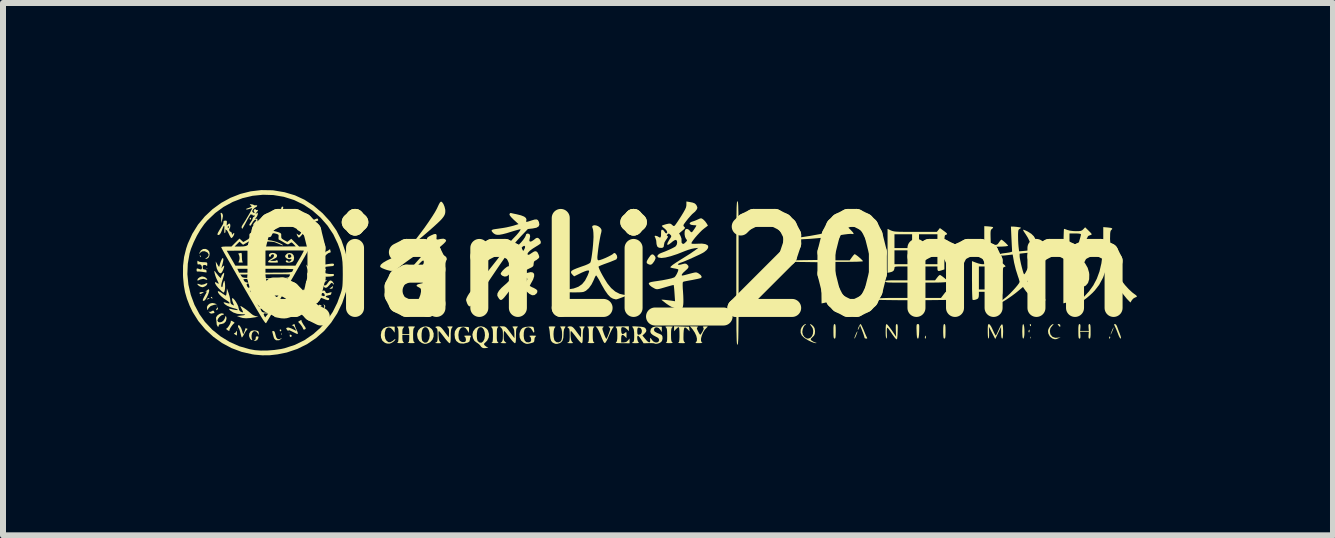
<source format=kicad_pcb>
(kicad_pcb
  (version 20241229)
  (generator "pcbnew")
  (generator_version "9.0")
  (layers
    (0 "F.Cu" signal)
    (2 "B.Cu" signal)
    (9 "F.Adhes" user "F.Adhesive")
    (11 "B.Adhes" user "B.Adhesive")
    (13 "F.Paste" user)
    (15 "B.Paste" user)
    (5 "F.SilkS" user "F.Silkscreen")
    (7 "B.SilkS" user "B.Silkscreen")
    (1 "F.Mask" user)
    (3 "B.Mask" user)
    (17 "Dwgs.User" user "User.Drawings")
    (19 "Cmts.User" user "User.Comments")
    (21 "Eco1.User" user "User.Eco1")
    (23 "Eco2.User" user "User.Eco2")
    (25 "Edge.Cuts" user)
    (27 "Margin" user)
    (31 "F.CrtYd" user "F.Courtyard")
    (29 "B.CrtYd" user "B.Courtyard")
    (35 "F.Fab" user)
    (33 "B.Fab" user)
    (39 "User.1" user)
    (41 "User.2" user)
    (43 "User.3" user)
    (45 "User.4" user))
  (footprint "QianLi_20mm"
    (layer "F.Cu")
    (at 8.403 1.404)
    (property "Reference" "QianLi_20mm" (at 0 0 0) (layer "F.SilkS") (effects (font (size 1.5 1.5) (thickness 0.3))))
    (attr board_only exclude_from_pos_files exclude_from_bom)
    (fp_poly (pts (xy -8.1 0.467) (xy -8.106 0.473) (xy -8.113 0.467) (xy -8.106 0.461)) (stroke (width 0) (type solid)) (fill yes) (layer "F.SilkS"))
    (fp_poly (pts (xy -7.997 0.019) (xy -8.004 0.026) (xy -8.01 0.019) (xy -8.004 0.013)) (stroke (width 0) (type solid)) (fill yes) (layer "F.SilkS"))
    (fp_poly (pts (xy -7.831 0.646) (xy -7.838 0.653) (xy -7.844 0.646) (xy -7.838 0.64)) (stroke (width 0) (type solid)) (fill yes) (layer "F.SilkS"))
    (fp_poly (pts (xy -7.486 1.03) (xy -7.492 1.036) (xy -7.498 1.03) (xy -7.492 1.024)) (stroke (width 0) (type solid)) (fill yes) (layer "F.SilkS"))
    (fp_poly (pts (xy -6.628 1.094) (xy -6.635 1.1) (xy -6.641 1.094) (xy -6.635 1.088)) (stroke (width 0) (type solid)) (fill yes) (layer "F.SilkS"))
    (fp_poly (pts (xy -6.244 0.787) (xy -6.251 0.793) (xy -6.257 0.787) (xy -6.251 0.781)) (stroke (width 0) (type solid)) (fill yes) (layer "F.SilkS"))
    (fp_poly (pts (xy -6.193 0.621) (xy -6.2 0.627) (xy -6.206 0.621) (xy -6.2 0.614)) (stroke (width 0) (type solid)) (fill yes) (layer "F.SilkS"))
    (fp_poly (pts (xy -6.761 1.097) (xy -6.759 1.123) (xy -6.761 1.129) (xy -6.765 1.131) (xy -6.767 1.113) (xy -6.765 1.095)) (stroke (width 0) (type solid)) (fill yes) (layer "F.SilkS"))
    (fp_poly (pts (xy -6.057 -0.277) (xy -6.059 -0.27) (xy -6.065 -0.269) (xy -6.076 -0.273) (xy -6.074 -0.277) (xy -6.059 -0.279)) (stroke (width 0) (type solid)) (fill yes) (layer "F.SilkS"))
    (fp_poly (pts (xy 5.729 1.162) (xy 5.73 1.182) (xy 5.728 1.187) (xy 5.722 1.183) (xy 5.721 1.17) (xy 5.724 1.156)) (stroke (width 0) (type solid)) (fill yes) (layer "F.SilkS"))
    (fp_poly (pts (xy -8.113 -0.195) (xy -8.108 -0.186) (xy -8.105 -0.168) (xy -8.114 -0.172) (xy -8.12 -0.18) (xy -8.124 -0.197) (xy -8.122 -0.2)) (stroke (width 0) (type solid)) (fill yes) (layer "F.SilkS"))
    (fp_poly (pts (xy -7.922 0.497) (xy -7.916 0.506) (xy -7.911 0.522) (xy -7.92 0.52) (xy -7.932 0.513) (xy -7.941 0.5) (xy -7.936 0.494)) (stroke (width 0) (type solid)) (fill yes) (layer "F.SilkS"))
    (fp_poly (pts (xy -7.82 0.687) (xy -7.829 0.707) (xy -7.844 0.717) (xy -7.851 0.709) (xy -7.843 0.69) (xy -7.83 0.672) (xy -7.822 0.67)) (stroke (width 0) (type solid)) (fill yes) (layer "F.SilkS"))
    (fp_poly (pts (xy -6.77 1.038) (xy -6.764 1.051) (xy -6.768 1.06) (xy -6.78 1.07) (xy -6.788 1.063) (xy -6.791 1.043) (xy -6.776 1.037)) (stroke (width 0) (type solid)) (fill yes) (layer "F.SilkS"))
    (fp_poly (pts (xy 5.731 0.962) (xy 5.73 0.974) (xy 5.723 0.984) (xy 5.714 0.974) (xy 5.71 0.955) (xy 5.712 0.95) (xy 5.725 0.948)) (stroke (width 0) (type solid)) (fill yes) (layer "F.SilkS"))
    (fp_poly (pts (xy -7.963 0.518) (xy -7.972 0.525) (xy -7.995 0.535) (xy -8.004 0.537) (xy -8.006 0.532) (xy -7.997 0.525) (xy -7.974 0.514) (xy -7.965 0.512)) (stroke (width 0) (type solid)) (fill yes) (layer "F.SilkS"))
    (fp_poly (pts (xy -7.27 -0.822) (xy -7.268 -0.813) (xy -7.275 -0.796) (xy -7.281 -0.793) (xy -7.293 -0.803) (xy -7.294 -0.805) (xy -7.284 -0.823) (xy -7.281 -0.825)) (stroke (width 0) (type solid)) (fill yes) (layer "F.SilkS"))
    (fp_poly (pts (xy -6.61 1.125) (xy -6.602 1.129) (xy -6.587 1.144) (xy -6.594 1.154) (xy -6.615 1.163) (xy -6.623 1.152) (xy -6.625 1.139) (xy -6.623 1.122)) (stroke (width 0) (type solid)) (fill yes) (layer "F.SilkS"))
    (fp_poly (pts (xy -6.424 -0.732) (xy -6.424 -0.729) (xy -6.434 -0.718) (xy -6.444 -0.717) (xy -6.457 -0.723) (xy -6.456 -0.729) (xy -6.439 -0.742) (xy -6.436 -0.742)) (stroke (width 0) (type solid)) (fill yes) (layer "F.SilkS"))
    (fp_poly (pts (xy -6.15 0.574) (xy -6.154 0.586) (xy -6.168 0.592) (xy -6.188 0.596) (xy -6.193 0.595) (xy -6.184 0.582) (xy -6.166 0.573) (xy -6.151 0.573)) (stroke (width 0) (type solid)) (fill yes) (layer "F.SilkS"))
    (fp_poly (pts (xy -6.114 -0.297) (xy -6.104 -0.281) (xy -6.106 -0.275) (xy -6.119 -0.276) (xy -6.121 -0.277) (xy -6.129 -0.297) (xy -6.129 -0.299) (xy -6.123 -0.304)) (stroke (width 0) (type solid)) (fill yes) (layer "F.SilkS"))
    (fp_poly (pts (xy -6.043 0.019) (xy -6.024 0.039) (xy -6.021 0.042) (xy -6.021 0.05) (xy -6.031 0.051) (xy -6.049 0.041) (xy -6.052 0.029) (xy -6.048 0.016)) (stroke (width 0) (type solid)) (fill yes) (layer "F.SilkS"))
    (fp_poly (pts (xy 3.979 1.15) (xy 3.98 1.164) (xy 3.975 1.185) (xy 3.968 1.19) (xy 3.961 1.18) (xy 3.963 1.164) (xy 3.97 1.144) (xy 3.975 1.139)) (stroke (width 0) (type solid)) (fill yes) (layer "F.SilkS"))
    (fp_poly (pts (xy 5.707 1.054) (xy 5.707 1.059) (xy 5.704 1.084) (xy 5.695 1.085) (xy 5.689 1.077) (xy 5.69 1.059) (xy 5.695 1.049) (xy 5.704 1.04)) (stroke (width 0) (type solid)) (fill yes) (layer "F.SilkS"))
    (fp_poly (pts (xy 7.05 1.162) (xy 7.051 1.171) (xy 7.044 1.188) (xy 7.038 1.19) (xy 7.031 1.181) (xy 7.033 1.171) (xy 7.042 1.154) (xy 7.046 1.152)) (stroke (width 0) (type solid)) (fill yes) (layer "F.SilkS"))
    (fp_poly (pts (xy -6.326 -0.783) (xy -6.321 -0.769) (xy -6.334 -0.754) (xy -6.341 -0.75) (xy -6.364 -0.743) (xy -6.372 -0.749) (xy -6.372 -0.76) (xy -6.362 -0.777) (xy -6.347 -0.784)) (stroke (width 0) (type solid)) (fill yes) (layer "F.SilkS"))
    (fp_poly (pts (xy -6.257 0.734) (xy -6.262 0.758) (xy -6.267 0.767) (xy -6.269 0.757) (xy -6.278 0.747) (xy -6.286 0.75) (xy -6.292 0.751) (xy -6.283 0.737) (xy -6.266 0.725)) (stroke (width 0) (type solid)) (fill yes) (layer "F.SilkS"))
    (fp_poly (pts (xy -6.115 0.628) (xy -6.114 0.628) (xy -6.095 0.64) (xy -6.091 0.645) (xy -6.101 0.652) (xy -6.114 0.656) (xy -6.133 0.653) (xy -6.137 0.639) (xy -6.132 0.623)) (stroke (width 0) (type solid)) (fill yes) (layer "F.SilkS"))
    (fp_poly (pts (xy 6.215 0.956) (xy 6.219 0.972) (xy 6.218 0.992) (xy 6.211 0.993) (xy 6.194 0.976) (xy 6.19 0.971) (xy 6.175 0.953) (xy 6.179 0.947) (xy 6.193 0.947)) (stroke (width 0) (type solid)) (fill yes) (layer "F.SilkS"))
    (fp_poly (pts (xy -8.057 0.418) (xy -8.072 0.428) (xy -8.076 0.43) (xy -8.105 0.445) (xy -8.121 0.445) (xy -8.129 0.432) (xy -8.123 0.42) (xy -8.093 0.415) (xy -8.091 0.415) (xy -8.062 0.415)) (stroke (width 0) (type solid)) (fill yes) (layer "F.SilkS"))
    (fp_poly (pts (xy -6.004 0.219) (xy -6.007 0.225) (xy -6.021 0.233) (xy -6.046 0.25) (xy -6.057 0.261) (xy -6.063 0.264) (xy -6.06 0.252) (xy -6.054 0.23) (xy -6.052 0.223) (xy -6.042 0.219) (xy -6.024 0.218)) (stroke (width 0) (type solid)) (fill yes) (layer "F.SilkS"))
    (fp_poly (pts (xy -5.904 0.324) (xy -5.91 0.346) (xy -5.912 0.353) (xy -5.923 0.357) (xy -5.941 0.358) (xy -5.961 0.357) (xy -5.957 0.351) (xy -5.944 0.343) (xy -5.918 0.325) (xy -5.907 0.315) (xy -5.901 0.312)) (stroke (width 0) (type solid)) (fill yes) (layer "F.SilkS"))
    (fp_poly (pts (xy -7.749 -0.894) (xy -7.743 -0.885) (xy -7.737 -0.854) (xy -7.746 -0.803) (xy -7.748 -0.799) (xy -7.765 -0.736) (xy -7.766 -0.802) (xy -7.768 -0.844) (xy -7.772 -0.878) (xy -7.775 -0.888) (xy -7.776 -0.905) (xy -7.764 -0.907)) (stroke (width 0) (type solid)) (fill yes) (layer "F.SilkS"))
    (fp_poly (pts (xy 2.836 1.081) (xy 2.827 1.109) (xy 2.814 1.142) (xy 2.801 1.171) (xy 2.79 1.189) (xy 2.788 1.19) (xy 2.787 1.179) (xy 2.796 1.152) (xy 2.806 1.126) (xy 2.821 1.092) (xy 2.833 1.071) (xy 2.837 1.067)) (stroke (width 0) (type solid)) (fill yes) (layer "F.SilkS"))
    (fp_poly (pts (xy 7.106 1.011) (xy 7.096 1.043) (xy 7.079 1.083) (xy 7.074 1.094) (xy 7.062 1.118) (xy 7.057 1.121) (xy 7.059 1.113) (xy 7.07 1.081) (xy 7.086 1.041) (xy 7.091 1.03) (xy 7.103 1.007) (xy 7.108 1.003)) (stroke (width 0) (type solid)) (fill yes) (layer "F.SilkS"))
    (fp_poly (pts (xy -7.875 0.603) (xy -7.838 0.618) (xy -7.885 0.627) (xy -7.941 0.646) (xy -7.976 0.679) (xy -7.984 0.696) (xy -7.992 0.712) (xy -7.999 0.706) (xy -8.001 0.699) (xy -8.004 0.662) (xy -7.987 0.63) (xy -7.956 0.606) (xy -7.916 0.596)) (stroke (width 0) (type solid)) (fill yes) (layer "F.SilkS"))
    (fp_poly (pts (xy -7.504 1.062) (xy -7.504 1.09) (xy -7.504 1.091) (xy -7.504 1.122) (xy -7.505 1.138) (xy -7.505 1.138) (xy -7.514 1.133) (xy -7.537 1.12) (xy -7.555 1.106) (xy -7.55 1.101) (xy -7.548 1.101) (xy -7.528 1.09) (xy -7.515 1.072) (xy -7.507 1.057)) (stroke (width 0) (type solid)) (fill yes) (layer "F.SilkS"))
    (fp_poly (pts (xy -7.146 1.156) (xy -7.146 1.174) (xy -7.147 1.18) (xy -7.166 1.214) (xy -7.198 1.227) (xy -7.211 1.227) (xy -7.227 1.225) (xy -7.219 1.221) (xy -7.214 1.22) (xy -7.194 1.202) (xy -7.189 1.168) (xy -7.19 1.161) (xy -7.18 1.154) (xy -7.165 1.152)) (stroke (width 0) (type solid)) (fill yes) (layer "F.SilkS"))
    (fp_poly (pts (xy -7.891 0.727) (xy -7.884 0.739) (xy -7.878 0.759) (xy -7.886 0.764) (xy -7.911 0.769) (xy -7.922 0.773) (xy -7.945 0.77) (xy -7.966 0.752) (xy -7.978 0.737) (xy -7.975 0.737) (xy -7.973 0.738) (xy -7.954 0.746) (xy -7.929 0.736) (xy -7.926 0.734) (xy -7.904 0.722)) (stroke (width 0) (type solid)) (fill yes) (layer "F.SilkS"))
    (fp_poly (pts (xy -8.05 0.161) (xy -8.026 0.173) (xy -8.004 0.193) (xy -7.998 0.207) (xy -8.007 0.211) (xy -8.022 0.205) (xy -8.065 0.193) (xy -8.112 0.203) (xy -8.129 0.21) (xy -8.153 0.222) (xy -8.163 0.219) (xy -8.164 0.211) (xy -8.153 0.189) (xy -8.127 0.168) (xy -8.095 0.155) (xy -8.081 0.154)) (stroke (width 0) (type solid)) (fill yes) (layer "F.SilkS"))
    (fp_poly (pts (xy -7.999 0.267) (xy -7.997 0.275) (xy -8.008 0.297) (xy -8.035 0.318) (xy -8.067 0.331) (xy -8.081 0.333) (xy -8.111 0.325) (xy -8.135 0.313) (xy -8.157 0.293) (xy -8.164 0.279) (xy -8.155 0.275) (xy -8.139 0.281) (xy -8.096 0.293) (xy -8.049 0.284) (xy -8.033 0.276) (xy -8.008 0.265)) (stroke (width 0) (type solid)) (fill yes) (layer "F.SilkS"))
    (fp_poly (pts (xy -0.565 -0.211) (xy -0.546 -0.194) (xy -0.529 -0.169) (xy -0.528 -0.144) (xy -0.543 -0.11) (xy -0.558 -0.087) (xy -0.583 -0.055) (xy -0.604 -0.042) (xy -0.629 -0.044) (xy -0.649 -0.052) (xy -0.671 -0.066) (xy -0.676 -0.087) (xy -0.664 -0.119) (xy -0.639 -0.159) (xy -0.61 -0.198) (xy -0.586 -0.215)) (stroke (width 0) (type solid)) (fill yes) (layer "F.SilkS"))
    (fp_poly (pts (xy 5.61 0.959) (xy 5.617 0.991) (xy 5.621 1.039) (xy 5.621 1.096) (xy 5.62 1.129) (xy 5.614 1.168) (xy 5.605 1.188) (xy 5.601 1.19) (xy 5.593 1.181) (xy 5.588 1.151) (xy 5.586 1.098) (xy 5.585 1.068) (xy 5.587 1.004) (xy 5.591 0.964) (xy 5.598 0.948) (xy 5.6 0.947)) (stroke (width 0) (type solid)) (fill yes) (layer "F.SilkS"))
    (fp_poly (pts (xy -6.014 0.104) (xy -5.973 0.112) (xy -5.931 0.113) (xy -5.9 0.112) (xy -5.888 0.12) (xy -5.886 0.129) (xy -5.891 0.142) (xy -5.907 0.149) (xy -5.942 0.154) (xy -5.969 0.156) (xy -6.014 0.158) (xy -6.039 0.156) (xy -6.05 0.149) (xy -6.052 0.134) (xy -6.053 0.125) (xy -6.051 0.102) (xy -6.04 0.097)) (stroke (width 0) (type solid)) (fill yes) (layer "F.SilkS"))
    (fp_poly (pts (xy -2.958 -0.003) (xy -2.952 0.029) (xy -2.951 0.03) (xy -2.953 0.082) (xy -2.971 0.123) (xy -3.002 0.149) (xy -3.04 0.156) (xy -3.075 0.145) (xy -3.099 0.127) (xy -3.109 0.108) (xy -3.1 0.088) (xy -3.077 0.058) (xy -3.046 0.027) (xy -3.014 0.001) (xy -2.988 -0.015) (xy -2.985 -0.016) (xy -2.968 -0.016)) (stroke (width 0) (type solid)) (fill yes) (layer "F.SilkS"))
    (fp_poly (pts (xy -6.429 0.881) (xy -6.429 0.882) (xy -6.427 0.899) (xy -6.412 0.929) (xy -6.393 0.96) (xy -6.368 0.995) (xy -6.358 1.015) (xy -6.359 1.027) (xy -6.371 1.036) (xy -6.371 1.036) (xy -6.391 1.041) (xy -6.401 1.026) (xy -6.403 1.02) (xy -6.416 0.993) (xy -6.44 0.96) (xy -6.447 0.951) (xy -6.485 0.91) (xy -6.453 0.889) (xy -6.433 0.878)) (stroke (width 0) (type solid)) (fill yes) (layer "F.SilkS"))
    (fp_poly (pts (xy -6.881 1.069) (xy -6.87 1.092) (xy -6.863 1.121) (xy -6.848 1.171) (xy -6.825 1.197) (xy -6.796 1.199) (xy -6.779 1.191) (xy -6.759 1.18) (xy -6.759 1.183) (xy -6.766 1.193) (xy -6.801 1.217) (xy -6.844 1.218) (xy -6.856 1.214) (xy -6.88 1.194) (xy -6.891 1.168) (xy -6.902 1.127) (xy -6.91 1.097) (xy -6.916 1.072) (xy -6.908 1.063) (xy -6.898 1.062)) (stroke (width 0) (type solid)) (fill yes) (layer "F.SilkS"))
    (fp_poly (pts (xy 2.466 0.951) (xy 2.472 0.967) (xy 2.475 0.999) (xy 2.476 1.051) (xy 2.476 1.068) (xy 2.475 1.126) (xy 2.473 1.163) (xy 2.468 1.183) (xy 2.46 1.19) (xy 2.457 1.19) (xy 2.448 1.186) (xy 2.442 1.17) (xy 2.439 1.138) (xy 2.438 1.086) (xy 2.438 1.068) (xy 2.438 1.011) (xy 2.441 0.974) (xy 2.446 0.954) (xy 2.454 0.947) (xy 2.457 0.947)) (stroke (width 0) (type solid)) (fill yes) (layer "F.SilkS"))
    (fp_poly (pts (xy 3.857 0.948) (xy 3.864 0.957) (xy 3.868 0.976) (xy 3.868 1.011) (xy 3.867 1.067) (xy 3.867 1.068) (xy 3.864 1.128) (xy 3.859 1.166) (xy 3.853 1.186) (xy 3.845 1.19) (xy 3.836 1.183) (xy 3.83 1.161) (xy 3.826 1.12) (xy 3.824 1.068) (xy 3.822 1.012) (xy 3.823 0.976) (xy 3.826 0.957) (xy 3.833 0.949) (xy 3.845 0.947) (xy 3.845 0.947)) (stroke (width 0) (type solid)) (fill yes) (layer "F.SilkS"))
    (fp_poly (pts (xy 4.296 0.951) (xy 4.302 0.967) (xy 4.305 0.999) (xy 4.306 1.051) (xy 4.306 1.068) (xy 4.305 1.126) (xy 4.303 1.163) (xy 4.298 1.183) (xy 4.289 1.19) (xy 4.287 1.19) (xy 4.277 1.186) (xy 4.272 1.17) (xy 4.269 1.138) (xy 4.267 1.086) (xy 4.267 1.068) (xy 4.268 1.011) (xy 4.271 0.974) (xy 4.276 0.954) (xy 4.284 0.947) (xy 4.287 0.947)) (stroke (width 0) (type solid)) (fill yes) (layer "F.SilkS"))
    (fp_poly (pts (xy 5.612 -0.623) (xy 5.642 -0.611) (xy 5.678 -0.594) (xy 5.736 -0.557) (xy 5.778 -0.516) (xy 5.802 -0.475) (xy 5.806 -0.436) (xy 5.789 -0.404) (xy 5.759 -0.386) (xy 5.733 -0.391) (xy 5.724 -0.4) (xy 5.711 -0.422) (xy 5.696 -0.455) (xy 5.695 -0.457) (xy 5.678 -0.492) (xy 5.652 -0.534) (xy 5.636 -0.559) (xy 5.613 -0.592) (xy 5.6 -0.617) (xy 5.599 -0.625)) (stroke (width 0) (type solid)) (fill yes) (layer "F.SilkS"))
    (fp_poly (pts (xy 7.149 0.958) (xy 7.163 0.982) (xy 7.174 1.012) (xy 7.19 1.056) (xy 7.209 1.104) (xy 7.226 1.153) (xy 7.231 1.181) (xy 7.226 1.19) (xy 7.225 1.19) (xy 7.213 1.179) (xy 7.197 1.15) (xy 7.186 1.123) (xy 7.167 1.073) (xy 7.147 1.024) (xy 7.138 1.005) (xy 7.122 0.971) (xy 7.116 0.954) (xy 7.12 0.948) (xy 7.132 0.947) (xy 7.133 0.947)) (stroke (width 0) (type solid)) (fill yes) (layer "F.SilkS"))
    (fp_poly (pts (xy -6.323 0.821) (xy -6.298 0.832) (xy -6.26 0.85) (xy -6.24 0.855) (xy -6.234 0.849) (xy -6.237 0.83) (xy -6.237 0.829) (xy -6.237 0.82) (xy -6.229 0.833) (xy -6.224 0.843) (xy -6.214 0.873) (xy -6.213 0.893) (xy -6.215 0.896) (xy -6.231 0.895) (xy -6.263 0.886) (xy -6.305 0.87) (xy -6.306 0.87) (xy -6.348 0.851) (xy -6.37 0.837) (xy -6.373 0.827) (xy -6.369 0.821) (xy -6.351 0.814)) (stroke (width 0) (type solid)) (fill yes) (layer "F.SilkS"))
    (fp_poly (pts (xy -5.915 0.235) (xy -5.906 0.246) (xy -5.891 0.271) (xy -5.887 0.287) (xy -5.892 0.288) (xy -5.905 0.274) (xy -5.918 0.261) (xy -5.929 0.26) (xy -5.946 0.276) (xy -5.964 0.298) (xy -5.996 0.331) (xy -6.02 0.344) (xy -6.041 0.338) (xy -6.05 0.33) (xy -6.064 0.31) (xy -6.057 0.301) (xy -6.042 0.303) (xy -6.02 0.299) (xy -5.998 0.275) (xy -5.991 0.263) (xy -5.964 0.229) (xy -5.939 0.219)) (stroke (width 0) (type solid)) (fill yes) (layer "F.SilkS"))
    (fp_poly (pts (xy -7.966 0.38) (xy -7.968 0.402) (xy -7.979 0.438) (xy -7.996 0.479) (xy -8.016 0.518) (xy -8.035 0.546) (xy -8.042 0.553) (xy -8.064 0.562) (xy -8.074 0.552) (xy -8.074 0.549) (xy -8.068 0.53) (xy -8.053 0.498) (xy -8.035 0.465) (xy -8.015 0.428) (xy -8.007 0.408) (xy -8.011 0.403) (xy -8.019 0.404) (xy -8.033 0.407) (xy -8.025 0.401) (xy -8.017 0.396) (xy -7.993 0.378) (xy -7.983 0.368) (xy -7.973 0.368)) (stroke (width 0) (type solid)) (fill yes) (layer "F.SilkS"))
    (fp_poly (pts (xy -7.424 -0.226) (xy -7.422 -0.196) (xy -7.422 -0.169) (xy -7.419 -0.119) (xy -7.411 -0.09) (xy -7.406 -0.085) (xy -7.407 -0.081) (xy -7.428 -0.078) (xy -7.44 -0.078) (xy -7.471 -0.079) (xy -7.481 -0.084) (xy -7.475 -0.092) (xy -7.465 -0.115) (xy -7.46 -0.149) (xy -7.46 -0.154) (xy -7.464 -0.189) (xy -7.474 -0.213) (xy -7.475 -0.215) (xy -7.483 -0.228) (xy -7.476 -0.23) (xy -7.452 -0.235) (xy -7.442 -0.238) (xy -7.431 -0.239)) (stroke (width 0) (type solid)) (fill yes) (layer "F.SilkS"))
    (fp_poly (pts (xy -7.189 1.054) (xy -7.186 1.055) (xy -7.155 1.063) (xy -7.142 1.078) (xy -7.14 1.098) (xy -7.141 1.132) (xy -7.157 1.101) (xy -7.181 1.072) (xy -7.211 1.064) (xy -7.235 1.074) (xy -7.253 1.102) (xy -7.261 1.141) (xy -7.259 1.179) (xy -7.255 1.191) (xy -7.248 1.211) (xy -7.255 1.215) (xy -7.271 1.205) (xy -7.288 1.184) (xy -7.302 1.145) (xy -7.298 1.104) (xy -7.278 1.071) (xy -7.261 1.06) (xy -7.228 1.053)) (stroke (width 0) (type solid)) (fill yes) (layer "F.SilkS"))
    (fp_poly (pts (xy -6.048 -0.092) (xy -6.049 -0.07) (xy -6.05 -0.047) (xy -6.039 -0.043) (xy -6.038 -0.044) (xy -6.016 -0.048) (xy -5.978 -0.054) (xy -5.953 -0.057) (xy -5.914 -0.061) (xy -5.894 -0.058) (xy -5.887 -0.049) (xy -5.886 -0.042) (xy -5.891 -0.027) (xy -5.911 -0.019) (xy -5.947 -0.016) (xy -5.988 -0.012) (xy -6.02 -0.008) (xy -6.029 -0.006) (xy -6.048 -0.01) (xy -6.057 -0.028) (xy -6.064 -0.068) (xy -6.063 -0.095) (xy -6.054 -0.102)) (stroke (width 0) (type solid)) (fill yes) (layer "F.SilkS"))
    (fp_poly (pts (xy -7.988 -0.287) (xy -7.966 -0.26) (xy -7.959 -0.224) (xy -7.964 -0.187) (xy -7.98 -0.157) (xy -8.006 -0.142) (xy -8.014 -0.141) (xy -8.032 -0.142) (xy -8.03 -0.147) (xy -8.01 -0.157) (xy -7.982 -0.182) (xy -7.975 -0.212) (xy -7.991 -0.241) (xy -8 -0.248) (xy -8.042 -0.267) (xy -8.083 -0.265) (xy -8.115 -0.243) (xy -8.117 -0.24) (xy -8.131 -0.222) (xy -8.133 -0.224) (xy -8.13 -0.237) (xy -8.105 -0.28) (xy -8.069 -0.304) (xy -8.025 -0.305)) (stroke (width 0) (type solid)) (fill yes) (layer "F.SilkS"))
    (fp_poly (pts (xy -7.592 0.894) (xy -7.572 0.904) (xy -7.549 0.919) (xy -7.544 0.929) (xy -7.547 0.931) (xy -7.563 0.944) (xy -7.584 0.969) (xy -7.606 1) (xy -7.623 1.03) (xy -7.631 1.05) (xy -7.63 1.054) (xy -7.627 1.062) (xy -7.639 1.06) (xy -7.659 1.05) (xy -7.67 1.042) (xy -7.684 1.029) (xy -7.682 1.024) (xy -7.665 1.013) (xy -7.645 0.988) (xy -7.624 0.955) (xy -7.61 0.924) (xy -7.606 0.902) (xy -7.606 0.901) (xy -7.606 0.891)) (stroke (width 0) (type solid)) (fill yes) (layer "F.SilkS"))
    (fp_poly (pts (xy 6.107 0.952) (xy 6.092 0.968) (xy 6.087 0.973) (xy 6.055 1.013) (xy 6.044 1.062) (xy 6.053 1.114) (xy 6.058 1.124) (xy 6.089 1.16) (xy 6.134 1.176) (xy 6.184 1.173) (xy 6.225 1.166) (xy 6.187 1.184) (xy 6.152 1.198) (xy 6.127 1.2) (xy 6.096 1.19) (xy 6.084 1.185) (xy 6.045 1.154) (xy 6.02 1.107) (xy 6.014 1.062) (xy 6.022 1.029) (xy 6.042 0.994) (xy 6.068 0.964) (xy 6.094 0.948) (xy 6.1 0.947)) (stroke (width 0) (type solid)) (fill yes) (layer "F.SilkS"))
    (fp_poly (pts (xy -5.95 -0.296) (xy -5.946 -0.274) (xy -5.942 -0.263) (xy -5.943 -0.247) (xy -5.959 -0.243) (xy -5.982 -0.234) (xy -6.012 -0.211) (xy -6.042 -0.182) (xy -6.063 -0.153) (xy -6.067 -0.142) (xy -6.074 -0.141) (xy -6.084 -0.161) (xy -6.087 -0.17) (xy -6.094 -0.2) (xy -6.092 -0.21) (xy -6.085 -0.209) (xy -6.066 -0.214) (xy -6.044 -0.234) (xy -6.043 -0.236) (xy -6.021 -0.259) (xy -6.004 -0.269) (xy -6.004 -0.269) (xy -5.985 -0.277) (xy -5.97 -0.289) (xy -5.955 -0.3)) (stroke (width 0) (type solid)) (fill yes) (layer "F.SilkS"))
    (fp_poly (pts (xy 2.9 0.958) (xy 2.915 0.988) (xy 2.935 1.03) (xy 2.944 1.052) (xy 2.964 1.102) (xy 2.982 1.143) (xy 2.995 1.169) (xy 2.998 1.174) (xy 3.001 1.187) (xy 2.983 1.19) (xy 2.961 1.184) (xy 2.956 1.174) (xy 2.951 1.155) (xy 2.94 1.119) (xy 2.923 1.073) (xy 2.919 1.062) (xy 2.881 0.966) (xy 2.866 1.008) (xy 2.854 1.035) (xy 2.846 1.045) (xy 2.845 1.045) (xy 2.845 1.03) (xy 2.854 1.003) (xy 2.868 0.974) (xy 2.882 0.952) (xy 2.89 0.947)) (stroke (width 0) (type solid)) (fill yes) (layer "F.SilkS"))
    (fp_poly (pts (xy -7.73 -0.142) (xy -7.732 -0.109) (xy -7.744 -0.054) (xy -7.747 -0.044) (xy -7.766 0.019) (xy -7.741 -0.011) (xy -7.723 -0.027) (xy -7.716 -0.022) (xy -7.719 0.001) (xy -7.733 0.042) (xy -7.733 0.042) (xy -7.754 0.084) (xy -7.774 0.102) (xy -7.795 0.095) (xy -7.817 0.07) (xy -7.839 0.023) (xy -7.852 -0.031) (xy -7.852 -0.035) (xy -7.858 -0.096) (xy -7.829 -0.045) (xy -7.811 -0.016) (xy -7.801 -0.007) (xy -7.796 -0.018) (xy -7.796 -0.019) (xy -7.787 -0.055) (xy -7.774 -0.094) (xy -7.759 -0.128) (xy -7.746 -0.15) (xy -7.741 -0.154)) (stroke (width 0) (type solid)) (fill yes) (layer "F.SilkS"))
    (fp_poly (pts (xy -7.468 0.966) (xy -7.452 0.984) (xy -7.434 1.014) (xy -7.42 1.052) (xy -7.399 1.12) (xy -7.38 1.075) (xy -7.368 1.044) (xy -7.365 1.024) (xy -7.365 1.022) (xy -7.359 1.018) (xy -7.345 1.02) (xy -7.327 1.027) (xy -7.333 1.038) (xy -7.337 1.041) (xy -7.353 1.06) (xy -7.374 1.094) (xy -7.386 1.118) (xy -7.405 1.151) (xy -7.419 1.169) (xy -7.424 1.17) (xy -7.431 1.151) (xy -7.44 1.117) (xy -7.447 1.091) (xy -7.458 1.052) (xy -7.468 1.024) (xy -7.474 1.016) (xy -7.484 0.999) (xy -7.486 0.984) (xy -7.481 0.965)) (stroke (width 0) (type solid)) (fill yes) (layer "F.SilkS"))
    (fp_poly (pts (xy -6.304 -0.142) (xy -6.291 -0.119) (xy -6.276 -0.081) (xy -6.264 -0.032) (xy -6.255 0.006) (xy -6.225 -0.051) (xy -6.207 -0.083) (xy -6.198 -0.093) (xy -6.194 -0.084) (xy -6.194 -0.078) (xy -6.201 -0.025) (xy -6.221 0.033) (xy -6.248 0.08) (xy -6.249 0.082) (xy -6.276 0.116) (xy -6.304 0.074) (xy -6.325 0.035) (xy -6.34 -0.003) (xy -6.341 -0.006) (xy -6.349 -0.045) (xy -6.321 -0.013) (xy -6.303 0.006) (xy -6.299 0.006) (xy -6.302 -0.006) (xy -6.309 -0.034) (xy -6.316 -0.075) (xy -6.318 -0.095) (xy -6.319 -0.132) (xy -6.314 -0.147)) (stroke (width 0) (type solid)) (fill yes) (layer "F.SilkS"))
    (fp_poly (pts (xy -6.058 0.618) (xy -6.046 0.629) (xy -6.034 0.643) (xy -6.032 0.657) (xy -6.042 0.679) (xy -6.063 0.713) (xy -6.085 0.743) (xy -6.099 0.761) (xy -6.104 0.761) (xy -6.114 0.746) (xy -6.14 0.726) (xy -6.173 0.706) (xy -6.205 0.69) (xy -6.228 0.684) (xy -6.233 0.685) (xy -6.24 0.686) (xy -6.234 0.669) (xy -6.232 0.667) (xy -6.219 0.646) (xy -6.212 0.64) (xy -6.199 0.646) (xy -6.171 0.662) (xy -6.145 0.678) (xy -6.084 0.716) (xy -6.062 0.69) (xy -6.048 0.664) (xy -6.053 0.639) (xy -6.054 0.635) (xy -6.063 0.617)) (stroke (width 0) (type solid)) (fill yes) (layer "F.SilkS"))
    (fp_poly (pts (xy -6.54 0.956) (xy -6.539 0.967) (xy -6.533 0.99) (xy -6.519 1.024) (xy -6.513 1.036) (xy -6.493 1.081) (xy -6.488 1.106) (xy -6.497 1.113) (xy -6.513 1.107) (xy -6.544 1.092) (xy -6.58 1.074) (xy -6.619 1.055) (xy -6.64 1.048) (xy -6.647 1.051) (xy -6.645 1.059) (xy -6.645 1.067) (xy -6.659 1.055) (xy -6.664 1.049) (xy -6.681 1.027) (xy -6.682 1.015) (xy -6.668 1.007) (xy -6.641 1.005) (xy -6.598 1.02) (xy -6.579 1.029) (xy -6.513 1.062) (xy -6.535 1.017) (xy -6.553 0.988) (xy -6.572 0.973) (xy -6.576 0.972) (xy -6.59 0.97) (xy -6.58 0.962) (xy -6.577 0.96) (xy -6.551 0.948)) (stroke (width 0) (type solid)) (fill yes) (layer "F.SilkS"))
    (fp_poly (pts (xy -4.936 0.988) (xy -4.875 0.992) (xy -4.875 1.042) (xy -4.875 1.091) (xy -4.905 1.048) (xy -4.937 1.015) (xy -4.971 1.003) (xy -5.004 1.011) (xy -5.025 1.036) (xy -5.039 1.084) (xy -5.041 1.139) (xy -5.031 1.191) (xy -5.015 1.22) (xy -4.982 1.248) (xy -4.947 1.25) (xy -4.907 1.228) (xy -4.898 1.22) (xy -4.876 1.201) (xy -4.863 1.196) (xy -4.862 1.198) (xy -4.873 1.22) (xy -4.899 1.244) (xy -4.933 1.264) (xy -4.959 1.273) (xy -5.002 1.272) (xy -5.037 1.26) (xy -5.079 1.226) (xy -5.101 1.176) (xy -5.106 1.131) (xy -5.096 1.069) (xy -5.067 1.024) (xy -5.02 0.997) (xy -4.955 0.988)) (stroke (width 0) (type solid)) (fill yes) (layer "F.SilkS"))
    (fp_poly (pts (xy -4.095 -1.092) (xy -4.086 -1.086) (xy -4.063 -1.055) (xy -4.044 -1.009) (xy -4.032 -0.959) (xy -4.031 -0.936) (xy -4.033 -0.904) (xy -4.042 -0.874) (xy -4.06 -0.842) (xy -4.089 -0.805) (xy -4.132 -0.761) (xy -4.19 -0.707) (xy -4.261 -0.643) (xy -4.329 -0.584) (xy -4.393 -0.529) (xy -4.451 -0.481) (xy -4.501 -0.441) (xy -4.54 -0.412) (xy -4.566 -0.394) (xy -4.577 -0.39) (xy -4.574 -0.397) (xy -4.561 -0.414) (xy -4.536 -0.447) (xy -4.503 -0.491) (xy -4.464 -0.542) (xy -4.458 -0.55) (xy -4.381 -0.653) (xy -4.312 -0.751) (xy -4.252 -0.841) (xy -4.203 -0.919) (xy -4.169 -0.981) (xy -4.162 -0.997) (xy -4.138 -1.048) (xy -4.121 -1.078) (xy -4.107 -1.092)) (stroke (width 0) (type solid)) (fill yes) (layer "F.SilkS"))
    (fp_poly (pts (xy -3.164 0.987) (xy -3.146 0.99) (xy -3.148 0.997) (xy -3.151 0.999) (xy -3.162 1.01) (xy -3.169 1.029) (xy -3.172 1.062) (xy -3.173 1.115) (xy -3.173 1.126) (xy -3.173 1.183) (xy -3.17 1.219) (xy -3.163 1.24) (xy -3.153 1.252) (xy -3.151 1.253) (xy -3.144 1.26) (xy -3.158 1.264) (xy -3.193 1.265) (xy -3.205 1.265) (xy -3.242 1.264) (xy -3.261 1.261) (xy -3.26 1.258) (xy -3.249 1.252) (xy -3.242 1.237) (xy -3.239 1.209) (xy -3.237 1.161) (xy -3.237 1.136) (xy -3.238 1.078) (xy -3.241 1.041) (xy -3.248 1.018) (xy -3.258 1.004) (xy -3.26 1.003) (xy -3.269 0.994) (xy -3.263 0.989) (xy -3.238 0.986) (xy -3.205 0.986)) (stroke (width 0) (type solid)) (fill yes) (layer "F.SilkS"))
    (fp_poly (pts (xy -1.565 0.987) (xy -1.546 0.99) (xy -1.548 0.997) (xy -1.552 0.999) (xy -1.563 1.01) (xy -1.569 1.029) (xy -1.573 1.062) (xy -1.574 1.115) (xy -1.574 1.126) (xy -1.573 1.183) (xy -1.57 1.219) (xy -1.564 1.24) (xy -1.554 1.252) (xy -1.552 1.253) (xy -1.545 1.26) (xy -1.558 1.264) (xy -1.594 1.265) (xy -1.606 1.265) (xy -1.642 1.264) (xy -1.661 1.261) (xy -1.66 1.258) (xy -1.65 1.252) (xy -1.643 1.237) (xy -1.639 1.21) (xy -1.638 1.163) (xy -1.638 1.132) (xy -1.639 1.074) (xy -1.641 1.036) (xy -1.647 1.014) (xy -1.656 1.002) (xy -1.66 0.999) (xy -1.667 0.992) (xy -1.654 0.988) (xy -1.619 0.986) (xy -1.606 0.986)) (stroke (width 0) (type solid)) (fill yes) (layer "F.SilkS"))
    (fp_poly (pts (xy -0.259 0.987) (xy -0.241 0.99) (xy -0.243 0.997) (xy -0.246 0.999) (xy -0.257 1.01) (xy -0.264 1.029) (xy -0.268 1.062) (xy -0.269 1.115) (xy -0.269 1.126) (xy -0.268 1.183) (xy -0.265 1.219) (xy -0.259 1.24) (xy -0.248 1.252) (xy -0.246 1.253) (xy -0.24 1.26) (xy -0.253 1.264) (xy -0.289 1.265) (xy -0.301 1.265) (xy -0.337 1.264) (xy -0.356 1.261) (xy -0.355 1.258) (xy -0.344 1.252) (xy -0.338 1.237) (xy -0.334 1.209) (xy -0.333 1.161) (xy -0.333 1.136) (xy -0.334 1.078) (xy -0.337 1.041) (xy -0.343 1.018) (xy -0.354 1.004) (xy -0.355 1.003) (xy -0.364 0.994) (xy -0.358 0.989) (xy -0.333 0.986) (xy -0.301 0.986)) (stroke (width 0) (type solid)) (fill yes) (layer "F.SilkS"))
    (fp_poly (pts (xy -0.093 0.988) (xy 0.032 0.992) (xy 0.036 1.03) (xy 0.04 1.068) (xy 0.006 1.033) (xy -0.02 1.009) (xy -0.038 1.003) (xy -0.05 1.016) (xy -0.057 1.051) (xy -0.061 1.109) (xy -0.061 1.12) (xy -0.062 1.177) (xy -0.061 1.213) (xy -0.055 1.235) (xy -0.046 1.248) (xy -0.043 1.251) (xy -0.034 1.259) (xy -0.041 1.264) (xy -0.068 1.266) (xy -0.097 1.265) (xy -0.133 1.264) (xy -0.152 1.261) (xy -0.15 1.258) (xy -0.14 1.252) (xy -0.133 1.238) (xy -0.13 1.211) (xy -0.128 1.167) (xy -0.128 1.125) (xy -0.129 1.062) (xy -0.133 1.02) (xy -0.139 0.999) (xy -0.141 0.998) (xy -0.158 1.007) (xy -0.182 1.028) (xy -0.186 1.032) (xy -0.218 1.066) (xy -0.218 1.025) (xy -0.218 0.984)) (stroke (width 0) (type solid)) (fill yes) (layer "F.SilkS"))
    (fp_poly (pts (xy -7.732 0.772) (xy -7.722 0.781) (xy -7.726 0.791) (xy -7.738 0.793) (xy -7.765 0.803) (xy -7.794 0.827) (xy -7.818 0.857) (xy -7.829 0.884) (xy -7.829 0.891) (xy -7.815 0.913) (xy -7.787 0.919) (xy -7.755 0.91) (xy -7.731 0.892) (xy -7.71 0.862) (xy -7.7 0.834) (xy -7.7 0.834) (xy -7.695 0.815) (xy -7.687 0.816) (xy -7.68 0.834) (xy -7.678 0.858) (xy -7.689 0.901) (xy -7.719 0.933) (xy -7.761 0.947) (xy -7.766 0.947) (xy -7.795 0.952) (xy -7.807 0.97) (xy -7.808 0.975) (xy -7.813 0.993) (xy -7.823 0.989) (xy -7.828 0.983) (xy -7.841 0.955) (xy -7.843 0.933) (xy -7.846 0.896) (xy -7.851 0.868) (xy -7.852 0.838) (xy -7.836 0.81) (xy -7.827 0.801) (xy -7.795 0.778) (xy -7.761 0.768)) (stroke (width 0) (type solid)) (fill yes) (layer "F.SilkS"))
    (fp_poly (pts (xy -7.152 -0.225) (xy -7.126 -0.201) (xy -7.119 -0.184) (xy -7.119 -0.138) (xy -7.14 -0.102) (xy -7.178 -0.082) (xy -7.194 -0.079) (xy -7.227 -0.08) (xy -7.247 -0.088) (xy -7.249 -0.09) (xy -7.254 -0.107) (xy -7.24 -0.11) (xy -7.219 -0.101) (xy -7.195 -0.091) (xy -7.174 -0.101) (xy -7.173 -0.102) (xy -7.155 -0.123) (xy -7.157 -0.136) (xy -7.179 -0.137) (xy -7.18 -0.137) (xy -7.218 -0.135) (xy -7.249 -0.147) (xy -7.265 -0.169) (xy -7.266 -0.182) (xy -7.265 -0.185) (xy -7.228 -0.185) (xy -7.225 -0.172) (xy -7.208 -0.157) (xy -7.184 -0.155) (xy -7.165 -0.165) (xy -7.162 -0.17) (xy -7.162 -0.199) (xy -7.18 -0.216) (xy -7.192 -0.218) (xy -7.219 -0.208) (xy -7.228 -0.185) (xy -7.265 -0.185) (xy -7.251 -0.213) (xy -7.222 -0.231) (xy -7.186 -0.235)) (stroke (width 0) (type solid)) (fill yes) (layer "F.SilkS"))
    (fp_poly (pts (xy -6.886 -0.237) (xy -6.856 -0.225) (xy -6.837 -0.206) (xy -6.835 -0.19) (xy -6.84 -0.173) (xy -6.85 -0.16) (xy -6.872 -0.147) (xy -6.912 -0.128) (xy -6.916 -0.126) (xy -6.955 -0.109) (xy -6.905 -0.105) (xy -6.869 -0.106) (xy -6.848 -0.113) (xy -6.846 -0.115) (xy -6.835 -0.121) (xy -6.828 -0.109) (xy -6.821 -0.088) (xy -6.82 -0.082) (xy -6.832 -0.079) (xy -6.862 -0.077) (xy -6.903 -0.077) (xy -6.946 -0.078) (xy -6.976 -0.082) (xy -6.987 -0.088) (xy -6.976 -0.107) (xy -6.948 -0.129) (xy -6.918 -0.147) (xy -6.896 -0.166) (xy -6.886 -0.19) (xy -6.89 -0.209) (xy -6.907 -0.218) (xy -6.931 -0.206) (xy -6.94 -0.189) (xy -6.949 -0.17) (xy -6.961 -0.174) (xy -6.962 -0.175) (xy -6.971 -0.199) (xy -6.97 -0.21) (xy -6.951 -0.23) (xy -6.92 -0.239)) (stroke (width 0) (type solid)) (fill yes) (layer "F.SilkS"))
    (fp_poly (pts (xy 6.714 0.951) (xy 6.72 0.967) (xy 6.723 0.998) (xy 6.724 1.05) (xy 6.724 1.068) (xy 6.724 1.126) (xy 6.721 1.163) (xy 6.716 1.183) (xy 6.708 1.19) (xy 6.705 1.19) (xy 6.693 1.184) (xy 6.689 1.163) (xy 6.69 1.132) (xy 6.695 1.075) (xy 6.622 1.075) (xy 6.549 1.075) (xy 6.554 1.132) (xy 6.554 1.169) (xy 6.549 1.187) (xy 6.539 1.19) (xy 6.53 1.186) (xy 6.524 1.17) (xy 6.521 1.139) (xy 6.52 1.087) (xy 6.52 1.068) (xy 6.52 1.011) (xy 6.523 0.974) (xy 6.528 0.954) (xy 6.536 0.947) (xy 6.539 0.947) (xy 6.551 0.953) (xy 6.555 0.974) (xy 6.554 1.004) (xy 6.549 1.062) (xy 6.622 1.062) (xy 6.695 1.062) (xy 6.69 1.004) (xy 6.689 0.968) (xy 6.695 0.95) (xy 6.705 0.947)) (stroke (width 0) (type solid)) (fill yes) (layer "F.SilkS"))
    (fp_poly (pts (xy -6.589 -0.228) (xy -6.582 -0.224) (xy -6.559 -0.196) (xy -6.551 -0.156) (xy -6.558 -0.117) (xy -6.572 -0.097) (xy -6.596 -0.084) (xy -6.631 -0.077) (xy -6.665 -0.078) (xy -6.684 -0.085) (xy -6.692 -0.104) (xy -6.679 -0.115) (xy -6.674 -0.115) (xy -6.654 -0.106) (xy -6.65 -0.099) (xy -6.639 -0.09) (xy -6.621 -0.097) (xy -6.598 -0.116) (xy -6.593 -0.13) (xy -6.606 -0.136) (xy -6.618 -0.134) (xy -6.657 -0.137) (xy -6.679 -0.15) (xy -6.699 -0.171) (xy -6.699 -0.186) (xy -6.654 -0.186) (xy -6.65 -0.161) (xy -6.634 -0.155) (xy -6.625 -0.156) (xy -6.601 -0.169) (xy -6.596 -0.186) (xy -6.607 -0.208) (xy -6.625 -0.215) (xy -6.646 -0.214) (xy -6.654 -0.196) (xy -6.654 -0.186) (xy -6.699 -0.186) (xy -6.699 -0.191) (xy -6.694 -0.201) (xy -6.667 -0.228) (xy -6.629 -0.238)) (stroke (width 0) (type solid)) (fill yes) (layer "F.SilkS"))
    (fp_poly (pts (xy -4.301 0.997) (xy -4.26 1.028) (xy -4.244 1.049) (xy -4.225 1.103) (xy -4.227 1.159) (xy -4.247 1.209) (xy -4.283 1.248) (xy -4.306 1.261) (xy -4.345 1.275) (xy -4.375 1.277) (xy -4.41 1.267) (xy -4.425 1.26) (xy -4.464 1.23) (xy -4.491 1.184) (xy -4.497 1.151) (xy -4.427 1.151) (xy -4.423 1.196) (xy -4.414 1.228) (xy -4.411 1.231) (xy -4.38 1.256) (xy -4.349 1.257) (xy -4.321 1.236) (xy -4.301 1.194) (xy -4.299 1.19) (xy -4.291 1.137) (xy -4.295 1.087) (xy -4.308 1.046) (xy -4.329 1.015) (xy -4.353 0.999) (xy -4.38 1.002) (xy -4.407 1.026) (xy -4.407 1.027) (xy -4.419 1.057) (xy -4.426 1.102) (xy -4.427 1.151) (xy -4.497 1.151) (xy -4.501 1.129) (xy -4.499 1.101) (xy -4.48 1.05) (xy -4.445 1.013) (xy -4.4 0.992) (xy -4.35 0.986)) (stroke (width 0) (type solid)) (fill yes) (layer "F.SilkS"))
    (fp_poly (pts (xy -6.035 0.398) (xy -6.031 0.408) (xy -6.02 0.429) (xy -5.998 0.434) (xy -5.96 0.423) (xy -5.956 0.422) (xy -5.932 0.415) (xy -5.927 0.42) (xy -5.929 0.429) (xy -5.936 0.45) (xy -5.937 0.455) (xy -5.948 0.46) (xy -5.976 0.467) (xy -5.982 0.468) (xy -6.016 0.478) (xy -6.025 0.49) (xy -6.011 0.502) (xy -5.995 0.507) (xy -5.969 0.517) (xy -5.965 0.531) (xy -5.973 0.545) (xy -5.989 0.549) (xy -6.024 0.54) (xy -6.05 0.529) (xy -6.089 0.514) (xy -6.118 0.505) (xy -6.129 0.505) (xy -6.135 0.501) (xy -6.133 0.486) (xy -6.126 0.471) (xy -6.111 0.466) (xy -6.084 0.473) (xy -6.056 0.483) (xy -6.043 0.478) (xy -6.04 0.463) (xy -6.05 0.438) (xy -6.073 0.428) (xy -6.101 0.437) (xy -6.102 0.438) (xy -6.115 0.447) (xy -6.114 0.441) (xy -6.102 0.422) (xy -6.077 0.395) (xy -6.053 0.386)) (stroke (width 0) (type solid)) (fill yes) (layer "F.SilkS"))
    (fp_poly (pts (xy 5.047 0.959) (xy 5.07 0.995) (xy 5.093 1.043) (xy 5.113 1.087) (xy 5.13 1.121) (xy 5.141 1.138) (xy 5.143 1.139) (xy 5.151 1.128) (xy 5.166 1.099) (xy 5.185 1.057) (xy 5.19 1.046) (xy 5.216 0.99) (xy 5.236 0.958) (xy 5.25 0.95) (xy 5.259 0.968) (xy 5.264 1.011) (xy 5.266 1.068) (xy 5.264 1.129) (xy 5.261 1.168) (xy 5.255 1.187) (xy 5.25 1.19) (xy 5.241 1.181) (xy 5.235 1.151) (xy 5.233 1.1) (xy 5.233 1.091) (xy 5.232 0.992) (xy 5.184 1.094) (xy 5.135 1.196) (xy 5.082 1.094) (xy 5.029 0.992) (xy 5.032 1.091) (xy 5.032 1.142) (xy 5.029 1.177) (xy 5.023 1.19) (xy 5.022 1.19) (xy 5.016 1.178) (xy 5.012 1.144) (xy 5.01 1.093) (xy 5.01 1.068) (xy 5.01 1.011) (xy 5.012 0.975) (xy 5.017 0.955) (xy 5.025 0.948) (xy 5.03 0.947)) (stroke (width 0) (type solid)) (fill yes) (layer "F.SilkS"))
    (fp_poly (pts (xy 3.502 0.951) (xy 3.507 0.965) (xy 3.51 0.994) (xy 3.509 1.042) (xy 3.508 1.075) (xy 3.506 1.129) (xy 3.502 1.171) (xy 3.498 1.197) (xy 3.494 1.203) (xy 3.479 1.194) (xy 3.465 1.18) (xy 3.449 1.159) (xy 3.423 1.124) (xy 3.394 1.081) (xy 3.39 1.075) (xy 3.362 1.034) (xy 3.344 1.012) (xy 3.335 1.007) (xy 3.331 1.016) (xy 3.329 1.029) (xy 3.327 1.065) (xy 3.328 1.112) (xy 3.329 1.128) (xy 3.329 1.165) (xy 3.324 1.187) (xy 3.321 1.19) (xy 3.315 1.178) (xy 3.31 1.144) (xy 3.308 1.093) (xy 3.308 1.068) (xy 3.309 1.007) (xy 3.312 0.968) (xy 3.319 0.95) (xy 3.324 0.947) (xy 3.337 0.957) (xy 3.36 0.984) (xy 3.39 1.023) (xy 3.411 1.052) (xy 3.482 1.158) (xy 3.478 1.052) (xy 3.477 0.999) (xy 3.478 0.967) (xy 3.484 0.951) (xy 3.493 0.947) (xy 3.493 0.947)) (stroke (width 0) (type solid)) (fill yes) (layer "F.SilkS"))
    (fp_poly (pts (xy 0.123 0.986) (xy 0.164 0.987) (xy 0.182 0.991) (xy 0.179 0.997) (xy 0.176 0.999) (xy 0.164 1.008) (xy 0.162 1.022) (xy 0.171 1.046) (xy 0.182 1.069) (xy 0.199 1.102) (xy 0.213 1.122) (xy 0.218 1.126) (xy 0.228 1.116) (xy 0.245 1.09) (xy 0.255 1.074) (xy 0.272 1.039) (xy 0.275 1.018) (xy 0.268 1.004) (xy 0.262 0.992) (xy 0.273 0.987) (xy 0.302 0.986) (xy 0.334 0.986) (xy 0.343 0.991) (xy 0.333 1.001) (xy 0.325 1.008) (xy 0.292 1.043) (xy 0.265 1.087) (xy 0.245 1.135) (xy 0.232 1.182) (xy 0.23 1.221) (xy 0.239 1.249) (xy 0.253 1.258) (xy 0.253 1.261) (xy 0.233 1.264) (xy 0.198 1.265) (xy 0.157 1.265) (xy 0.139 1.261) (xy 0.141 1.255) (xy 0.144 1.253) (xy 0.161 1.229) (xy 0.163 1.191) (xy 0.152 1.143) (xy 0.127 1.09) (xy 0.092 1.037) (xy 0.073 1.014) (xy 0.047 0.985)) (stroke (width 0) (type solid)) (fill yes) (layer "F.SilkS"))
    (fp_poly (pts (xy -1.411 0.986) (xy -1.393 0.989) (xy -1.392 0.995) (xy -1.399 1.001) (xy -1.41 1.011) (xy -1.413 1.025) (xy -1.409 1.047) (xy -1.396 1.085) (xy -1.387 1.111) (xy -1.37 1.153) (xy -1.355 1.183) (xy -1.345 1.194) (xy -1.344 1.194) (xy -1.335 1.177) (xy -1.321 1.144) (xy -1.305 1.102) (xy -1.29 1.058) (xy -1.283 1.032) (xy -1.284 1.017) (xy -1.294 1.007) (xy -1.299 1.003) (xy -1.311 0.992) (xy -1.306 0.987) (xy -1.28 0.986) (xy -1.266 0.986) (xy -1.232 0.987) (xy -1.221 0.991) (xy -1.227 0.999) (xy -1.232 1.003) (xy -1.246 1.022) (xy -1.266 1.059) (xy -1.289 1.107) (xy -1.303 1.14) (xy -1.326 1.193) (xy -1.347 1.234) (xy -1.364 1.259) (xy -1.371 1.264) (xy -1.384 1.257) (xy -1.401 1.229) (xy -1.423 1.179) (xy -1.432 1.155) (xy -1.454 1.102) (xy -1.476 1.055) (xy -1.495 1.022) (xy -1.501 1.014) (xy -1.527 0.985) (xy -1.452 0.985)) (stroke (width 0) (type solid)) (fill yes) (layer "F.SilkS"))
    (fp_poly (pts (xy -8.152 -0.103) (xy -8.13 -0.091) (xy -8.085 -0.085) (xy -8.069 -0.084) (xy -8.028 -0.083) (xy -8.007 -0.079) (xy -7.999 -0.068) (xy -7.999 -0.046) (xy -7.999 -0.045) (xy -8.001 -0.023) (xy -8.005 -0.021) (xy -8.006 -0.022) (xy -8.022 -0.035) (xy -8.043 -0.038) (xy -8.065 -0.034) (xy -8.074 -0.016) (xy -8.074 0) (xy -8.071 0.027) (xy -8.056 0.037) (xy -8.042 0.038) (xy -8.017 0.044) (xy -8.01 0.064) (xy -8.012 0.084) (xy -8.013 0.088) (xy -8.027 0.085) (xy -8.058 0.081) (xy -8.087 0.076) (xy -8.127 0.072) (xy -8.157 0.071) (xy -8.167 0.072) (xy -8.174 0.066) (xy -8.177 0.046) (xy -8.174 0.024) (xy -8.161 0.02) (xy -8.144 0.026) (xy -8.11 0.037) (xy -8.093 0.033) (xy -8.087 0.012) (xy -8.087 0.001) (xy -8.096 -0.03) (xy -8.118 -0.048) (xy -8.146 -0.048) (xy -8.151 -0.045) (xy -8.16 -0.05) (xy -8.164 -0.076) (xy -8.164 -0.079) (xy -8.162 -0.105) (xy -8.155 -0.108)) (stroke (width 0) (type solid)) (fill yes) (layer "F.SilkS"))
    (fp_poly (pts (xy -0.972 1.026) (xy -0.972 1.066) (xy -1.004 1.032) (xy -1.036 1.007) (xy -1.068 0.998) (xy -1.088 1) (xy -1.097 1.012) (xy -1.1 1.039) (xy -1.1 1.056) (xy -1.095 1.097) (xy -1.08 1.114) (xy -1.055 1.108) (xy -1.034 1.092) (xy -1.02 1.081) (xy -1.013 1.084) (xy -1.011 1.108) (xy -1.011 1.126) (xy -1.011 1.182) (xy -1.037 1.154) (xy -1.066 1.129) (xy -1.086 1.128) (xy -1.097 1.15) (xy -1.1 1.19) (xy -1.1 1.254) (xy -1.057 1.254) (xy -1.016 1.246) (xy -0.986 1.22) (xy -0.96 1.187) (xy -0.96 1.227) (xy -0.96 1.267) (xy -1.084 1.266) (xy -1.143 1.265) (xy -1.178 1.263) (xy -1.191 1.258) (xy -1.187 1.253) (xy -1.176 1.242) (xy -1.169 1.222) (xy -1.165 1.188) (xy -1.164 1.134) (xy -1.164 1.13) (xy -1.165 1.074) (xy -1.169 1.037) (xy -1.176 1.016) (xy -1.187 1.003) (xy -1.194 0.995) (xy -1.188 0.99) (xy -1.165 0.987) (xy -1.123 0.986) (xy -1.091 0.986) (xy -0.972 0.985)) (stroke (width 0) (type solid)) (fill yes) (layer "F.SilkS"))
    (fp_poly (pts (xy -3.688 0.993) (xy -3.655 0.996) (xy -3.64 1) (xy -3.636 1.017) (xy -3.636 1.048) (xy -3.636 1.051) (xy -3.641 1.094) (xy -3.663 1.053) (xy -3.693 1.014) (xy -3.726 0.998) (xy -3.758 1.003) (xy -3.786 1.028) (xy -3.805 1.07) (xy -3.813 1.127) (xy -3.813 1.13) (xy -3.807 1.189) (xy -3.789 1.227) (xy -3.757 1.245) (xy -3.736 1.248) (xy -3.706 1.245) (xy -3.692 1.233) (xy -3.687 1.211) (xy -3.693 1.174) (xy -3.707 1.157) (xy -3.717 1.147) (xy -3.713 1.142) (xy -3.688 1.14) (xy -3.66 1.139) (xy -3.621 1.14) (xy -3.603 1.144) (xy -3.604 1.153) (xy -3.606 1.154) (xy -3.617 1.178) (xy -3.621 1.206) (xy -3.628 1.236) (xy -3.653 1.254) (xy -3.656 1.255) (xy -3.726 1.273) (xy -3.784 1.269) (xy -3.808 1.26) (xy -3.848 1.229) (xy -3.87 1.184) (xy -3.877 1.121) (xy -3.877 1.12) (xy -3.871 1.069) (xy -3.848 1.03) (xy -3.846 1.028) (xy -3.827 1.008) (xy -3.806 0.997) (xy -3.775 0.993) (xy -3.732 0.992)) (stroke (width 0) (type solid)) (fill yes) (layer "F.SilkS"))
    (fp_poly (pts (xy -2.25 0.986) (xy -2.212 0.987) (xy -2.196 0.99) (xy -2.197 0.997) (xy -2.204 1.003) (xy -2.217 1.026) (xy -2.225 1.066) (xy -2.228 1.115) (xy -2.225 1.164) (xy -2.216 1.206) (xy -2.207 1.226) (xy -2.177 1.249) (xy -2.14 1.252) (xy -2.106 1.234) (xy -2.106 1.234) (xy -2.093 1.208) (xy -2.086 1.167) (xy -2.084 1.117) (xy -2.087 1.068) (xy -2.095 1.028) (xy -2.107 1.004) (xy -2.108 1.003) (xy -2.119 0.993) (xy -2.113 0.988) (xy -2.085 0.986) (xy -2.074 0.986) (xy -2.04 0.986) (xy -2.027 0.99) (xy -2.032 1) (xy -2.039 1.009) (xy -2.053 1.037) (xy -2.06 1.083) (xy -2.06 1.11) (xy -2.064 1.177) (xy -2.078 1.224) (xy -2.103 1.253) (xy -2.128 1.266) (xy -2.165 1.277) (xy -2.193 1.277) (xy -2.221 1.267) (xy -2.25 1.25) (xy -2.269 1.223) (xy -2.281 1.181) (xy -2.287 1.12) (xy -2.288 1.116) (xy -2.292 1.067) (xy -2.298 1.026) (xy -2.305 1.003) (xy -2.306 1.001) (xy -2.308 0.992) (xy -2.293 0.987) (xy -2.255 0.986)) (stroke (width 0) (type solid)) (fill yes) (layer "F.SilkS"))
    (fp_poly (pts (xy 2.071 0.956) (xy 2.096 0.977) (xy 2.1 0.98) (xy 2.122 1.013) (xy 2.13 1.055) (xy 2.131 1.071) (xy 2.127 1.111) (xy 2.114 1.14) (xy 2.09 1.164) (xy 2.065 1.188) (xy 2.058 1.202) (xy 2.065 1.215) (xy 2.073 1.222) (xy 2.103 1.241) (xy 2.132 1.254) (xy 2.156 1.261) (xy 2.157 1.264) (xy 2.137 1.265) (xy 2.111 1.259) (xy 2.07 1.244) (xy 2.024 1.221) (xy 2.015 1.217) (xy 1.951 1.177) (xy 1.91 1.137) (xy 1.891 1.094) (xy 1.892 1.046) (xy 1.895 1.033) (xy 1.909 1.001) (xy 1.932 0.972) (xy 1.956 0.953) (xy 1.975 0.949) (xy 1.98 0.952) (xy 1.978 0.959) (xy 1.973 0.96) (xy 1.955 0.971) (xy 1.938 1) (xy 1.925 1.038) (xy 1.919 1.078) (xy 1.919 1.081) (xy 1.929 1.126) (xy 1.955 1.163) (xy 1.99 1.186) (xy 2.013 1.19) (xy 2.05 1.179) (xy 2.079 1.15) (xy 2.096 1.109) (xy 2.101 1.062) (xy 2.092 1.016) (xy 2.067 0.978) (xy 2.05 0.958) (xy 2.05 0.947) (xy 2.052 0.947)) (stroke (width 0) (type solid)) (fill yes) (layer "F.SilkS"))
    (fp_poly (pts (xy -6.734 -1.007) (xy -6.732 -0.992) (xy -6.742 -0.961) (xy -6.75 -0.942) (xy -6.766 -0.897) (xy -6.768 -0.871) (xy -6.755 -0.86) (xy -6.731 -0.862) (xy -6.704 -0.864) (xy -6.692 -0.859) (xy -6.692 -0.858) (xy -6.703 -0.849) (xy -6.731 -0.84) (xy -6.736 -0.839) (xy -6.78 -0.831) (xy -6.762 -0.777) (xy -6.743 -0.738) (xy -6.721 -0.707) (xy -6.714 -0.701) (xy -6.686 -0.679) (xy -6.715 -0.678) (xy -6.74 -0.686) (xy -6.759 -0.714) (xy -6.763 -0.723) (xy -6.776 -0.755) (xy -6.782 -0.779) (xy -6.782 -0.781) (xy -6.79 -0.783) (xy -6.811 -0.771) (xy -6.819 -0.765) (xy -6.853 -0.743) (xy -6.889 -0.739) (xy -6.899 -0.74) (xy -6.942 -0.747) (xy -6.9 -0.756) (xy -6.86 -0.769) (xy -6.833 -0.785) (xy -6.822 -0.801) (xy -6.831 -0.814) (xy -6.86 -0.819) (xy -6.861 -0.819) (xy -6.888 -0.821) (xy -6.891 -0.828) (xy -6.872 -0.836) (xy -6.844 -0.843) (xy -6.815 -0.854) (xy -6.796 -0.876) (xy -6.786 -0.902) (xy -6.774 -0.942) (xy -6.767 -0.976) (xy -6.766 -0.982) (xy -6.758 -1.005) (xy -6.747 -1.011)) (stroke (width 0) (type solid)) (fill yes) (layer "F.SilkS"))
    (fp_poly (pts (xy -7.872 0.065) (xy -7.867 0.072) (xy -7.847 0.1) (xy -7.822 0.131) (xy -7.798 0.159) (xy -7.78 0.176) (xy -7.774 0.179) (xy -7.768 0.169) (xy -7.767 0.161) (xy -7.759 0.139) (xy -7.742 0.113) (xy -7.725 0.094) (xy -7.718 0.094) (xy -7.717 0.109) (xy -7.721 0.135) (xy -7.732 0.174) (xy -7.742 0.205) (xy -7.759 0.262) (xy -7.766 0.305) (xy -7.762 0.328) (xy -7.754 0.333) (xy -7.744 0.322) (xy -7.742 0.308) (xy -7.737 0.278) (xy -7.727 0.247) (xy -7.718 0.227) (xy -7.712 0.225) (xy -7.708 0.242) (xy -7.703 0.275) (xy -7.701 0.319) (xy -7.703 0.362) (xy -7.71 0.398) (xy -7.72 0.419) (xy -7.726 0.422) (xy -7.74 0.414) (xy -7.765 0.394) (xy -7.774 0.386) (xy -7.816 0.344) (xy -7.848 0.304) (xy -7.867 0.272) (xy -7.87 0.259) (xy -7.866 0.248) (xy -7.853 0.252) (xy -7.838 0.261) (xy -7.817 0.274) (xy -7.808 0.275) (xy -7.811 0.261) (xy -7.826 0.23) (xy -7.836 0.209) (xy -7.852 0.174) (xy -7.865 0.137) (xy -7.875 0.102) (xy -7.88 0.075) (xy -7.879 0.061)) (stroke (width 0) (type solid)) (fill yes) (layer "F.SilkS"))
    (fp_poly (pts (xy -3.384 0.996) (xy -3.34 1.027) (xy -3.32 1.055) (xy -3.303 1.112) (xy -3.307 1.17) (xy -3.333 1.222) (xy -3.354 1.244) (xy -3.379 1.267) (xy -3.387 1.281) (xy -3.38 1.295) (xy -3.372 1.305) (xy -3.348 1.324) (xy -3.329 1.331) (xy -3.315 1.333) (xy -3.323 1.339) (xy -3.352 1.347) (xy -3.353 1.347) (xy -3.387 1.349) (xy -3.408 1.345) (xy -3.433 1.327) (xy -3.447 1.307) (xy -3.469 1.283) (xy -3.502 1.259) (xy -3.507 1.257) (xy -3.545 1.228) (xy -3.568 1.184) (xy -3.569 1.183) (xy -3.575 1.151) (xy -3.506 1.151) (xy -3.502 1.196) (xy -3.492 1.228) (xy -3.49 1.231) (xy -3.459 1.256) (xy -3.428 1.258) (xy -3.4 1.236) (xy -3.379 1.194) (xy -3.378 1.188) (xy -3.37 1.135) (xy -3.374 1.086) (xy -3.387 1.044) (xy -3.407 1.014) (xy -3.432 0.999) (xy -3.459 1.002) (xy -3.486 1.026) (xy -3.486 1.027) (xy -3.498 1.057) (xy -3.505 1.102) (xy -3.506 1.151) (xy -3.575 1.151) (xy -3.58 1.122) (xy -3.567 1.07) (xy -3.532 1.022) (xy -3.486 0.992) (xy -3.435 0.984)) (stroke (width 0) (type solid)) (fill yes) (layer "F.SilkS"))
    (fp_poly (pts (xy -2.574 0.993) (xy -2.561 1.002) (xy -2.556 1.02) (xy -2.554 1.027) (xy -2.548 1.068) (xy -2.552 1.088) (xy -2.562 1.086) (xy -2.578 1.059) (xy -2.582 1.05) (xy -2.608 1.016) (xy -2.641 1.001) (xy -2.676 1.005) (xy -2.704 1.027) (xy -2.713 1.045) (xy -2.723 1.089) (xy -2.725 1.141) (xy -2.719 1.19) (xy -2.706 1.226) (xy -2.705 1.226) (xy -2.681 1.248) (xy -2.646 1.252) (xy -2.644 1.252) (xy -2.615 1.245) (xy -2.603 1.227) (xy -2.6 1.211) (xy -2.605 1.174) (xy -2.619 1.157) (xy -2.63 1.147) (xy -2.625 1.142) (xy -2.601 1.14) (xy -2.572 1.14) (xy -2.533 1.141) (xy -2.517 1.144) (xy -2.522 1.151) (xy -2.524 1.153) (xy -2.542 1.177) (xy -2.546 1.208) (xy -2.549 1.235) (xy -2.559 1.25) (xy -2.586 1.261) (xy -2.603 1.265) (xy -2.643 1.275) (xy -2.669 1.278) (xy -2.69 1.274) (xy -2.717 1.262) (xy -2.726 1.257) (xy -2.767 1.223) (xy -2.791 1.174) (xy -2.795 1.116) (xy -2.79 1.088) (xy -2.771 1.041) (xy -2.742 1.011) (xy -2.697 0.995) (xy -2.642 0.99) (xy -2.598 0.99)) (stroke (width 0) (type solid)) (fill yes) (layer "F.SilkS"))
    (fp_poly (pts (xy 0.841 -1.098) (xy 0.844 -1.091) (xy 0.847 -1.076) (xy 0.849 -1.053) (xy 0.851 -1.02) (xy 0.852 -0.976) (xy 0.854 -0.919) (xy 0.855 -0.848) (xy 0.856 -0.76) (xy 0.856 -0.656) (xy 0.857 -0.533) (xy 0.857 -0.389) (xy 0.857 -0.224) (xy 0.857 -0.036) (xy 0.857 0.096) (xy 0.857 0.3) (xy 0.857 0.479) (xy 0.857 0.636) (xy 0.857 0.772) (xy 0.856 0.888) (xy 0.855 0.986) (xy 0.854 1.067) (xy 0.853 1.133) (xy 0.852 1.185) (xy 0.85 1.225) (xy 0.848 1.254) (xy 0.846 1.274) (xy 0.843 1.286) (xy 0.84 1.292) (xy 0.838 1.292) (xy 0.835 1.29) (xy 0.832 1.282) (xy 0.829 1.268) (xy 0.827 1.245) (xy 0.825 1.212) (xy 0.824 1.168) (xy 0.823 1.111) (xy 0.821 1.039) (xy 0.821 0.952) (xy 0.82 0.848) (xy 0.82 0.725) (xy 0.819 0.581) (xy 0.819 0.416) (xy 0.819 0.228) (xy 0.819 0.096) (xy 0.819 -0.108) (xy 0.819 -0.287) (xy 0.819 -0.444) (xy 0.82 -0.58) (xy 0.82 -0.696) (xy 0.821 -0.794) (xy 0.822 -0.875) (xy 0.823 -0.941) (xy 0.824 -0.993) (xy 0.826 -1.033) (xy 0.828 -1.062) (xy 0.83 -1.082) (xy 0.833 -1.094) (xy 0.836 -1.1) (xy 0.838 -1.1)) (stroke (width 0) (type solid)) (fill yes) (layer "F.SilkS"))
    (fp_poly (pts (xy 7.006 -0.663) (xy 7.056 -0.657) (xy 7.081 -0.649) (xy 7.085 -0.637) (xy 7.071 -0.623) (xy 7.061 -0.612) (xy 7.054 -0.592) (xy 7.05 -0.56) (xy 7.049 -0.509) (xy 7.048 -0.473) (xy 7.059 -0.304) (xy 7.091 -0.134) (xy 7.144 0.031) (xy 7.206 0.168) (xy 7.245 0.23) (xy 7.298 0.298) (xy 7.357 0.363) (xy 7.416 0.418) (xy 7.446 0.441) (xy 7.482 0.467) (xy 7.496 0.485) (xy 7.489 0.496) (xy 7.466 0.504) (xy 7.437 0.521) (xy 7.411 0.549) (xy 7.411 0.55) (xy 7.388 0.588) (xy 7.329 0.527) (xy 7.247 0.426) (xy 7.177 0.303) (xy 7.118 0.159) (xy 7.073 -0.002) (xy 7.043 -0.16) (xy 7.034 -0.224) (xy 7.017 -0.122) (xy 6.981 0.036) (xy 6.931 0.174) (xy 6.866 0.294) (xy 6.794 0.387) (xy 6.754 0.429) (xy 6.708 0.471) (xy 6.661 0.511) (xy 6.615 0.545) (xy 6.576 0.571) (xy 6.546 0.586) (xy 6.528 0.588) (xy 6.526 0.583) (xy 6.535 0.573) (xy 6.558 0.549) (xy 6.591 0.516) (xy 6.61 0.497) (xy 6.697 0.403) (xy 6.769 0.303) (xy 6.827 0.193) (xy 6.872 0.071) (xy 6.904 -0.066) (xy 6.924 -0.22) (xy 6.934 -0.393) (xy 6.935 -0.485) (xy 6.935 -0.669)) (stroke (width 0) (type solid)) (fill yes) (layer "F.SilkS"))
    (fp_poly (pts (xy -3.052 0.986) (xy -3.032 0.993) (xy -3.013 1.007) (xy -2.989 1.035) (xy -2.956 1.079) (xy -2.952 1.084) (xy -2.879 1.182) (xy -2.879 1.107) (xy -2.883 1.051) (xy -2.895 1.016) (xy -2.9 1.009) (xy -2.912 0.994) (xy -2.908 0.988) (xy -2.885 0.986) (xy -2.865 0.986) (xy -2.832 0.987) (xy -2.82 0.991) (xy -2.827 1) (xy -2.831 1.003) (xy -2.842 1.015) (xy -2.849 1.036) (xy -2.852 1.07) (xy -2.853 1.123) (xy -2.854 1.143) (xy -2.854 1.203) (xy -2.857 1.24) (xy -2.862 1.26) (xy -2.87 1.267) (xy -2.871 1.267) (xy -2.886 1.257) (xy -2.912 1.231) (xy -2.943 1.193) (xy -2.964 1.165) (xy -2.997 1.122) (xy -3.024 1.087) (xy -3.043 1.067) (xy -3.049 1.062) (xy -3.054 1.074) (xy -3.057 1.104) (xy -3.058 1.145) (xy -3.057 1.191) (xy -3.052 1.22) (xy -3.041 1.238) (xy -3.03 1.247) (xy -3.015 1.259) (xy -3.015 1.264) (xy -3.035 1.266) (xy -3.065 1.266) (xy -3.097 1.264) (xy -3.112 1.26) (xy -3.109 1.257) (xy -3.091 1.247) (xy -3.079 1.228) (xy -3.073 1.196) (xy -3.071 1.145) (xy -3.071 1.13) (xy -3.072 1.079) (xy -3.077 1.047) (xy -3.087 1.025) (xy -3.099 1.011) (xy -3.127 0.985) (xy -3.076 0.985)) (stroke (width 0) (type solid)) (fill yes) (layer "F.SilkS"))
    (fp_poly (pts (xy -4.131 0.987) (xy -4.112 0.996) (xy -4.091 1.015) (xy -4.063 1.049) (xy -4.042 1.078) (xy -3.973 1.17) (xy -3.969 1.096) (xy -3.969 1.05) (xy -3.974 1.022) (xy -3.986 1.006) (xy -3.988 1.004) (xy -4 0.993) (xy -3.994 0.988) (xy -3.968 0.986) (xy -3.955 0.986) (xy -3.921 0.986) (xy -3.908 0.99) (xy -3.913 1) (xy -3.92 1.009) (xy -3.931 1.027) (xy -3.937 1.056) (xy -3.941 1.101) (xy -3.941 1.149) (xy -3.942 1.207) (xy -3.945 1.243) (xy -3.951 1.262) (xy -3.959 1.267) (xy -3.974 1.257) (xy -3.999 1.231) (xy -4.031 1.193) (xy -4.052 1.165) (xy -4.085 1.122) (xy -4.113 1.087) (xy -4.132 1.067) (xy -4.138 1.062) (xy -4.143 1.074) (xy -4.145 1.104) (xy -4.143 1.147) (xy -4.138 1.198) (xy -4.129 1.23) (xy -4.115 1.249) (xy -4.114 1.249) (xy -4.102 1.26) (xy -4.107 1.265) (xy -4.131 1.266) (xy -4.153 1.266) (xy -4.188 1.265) (xy -4.2 1.261) (xy -4.192 1.255) (xy -4.187 1.254) (xy -4.173 1.246) (xy -4.165 1.233) (xy -4.161 1.21) (xy -4.159 1.171) (xy -4.159 1.132) (xy -4.16 1.076) (xy -4.163 1.041) (xy -4.17 1.022) (xy -4.178 1.016) (xy -4.196 1.003) (xy -4.191 0.992) (xy -4.167 0.986) (xy -4.154 0.985)) (stroke (width 0) (type solid)) (fill yes) (layer "F.SilkS"))
    (fp_poly (pts (xy -1.93 0.987) (xy -1.911 0.996) (xy -1.89 1.015) (xy -1.862 1.049) (xy -1.841 1.078) (xy -1.772 1.17) (xy -1.768 1.096) (xy -1.768 1.05) (xy -1.773 1.022) (xy -1.785 1.006) (xy -1.788 1.004) (xy -1.799 0.993) (xy -1.794 0.988) (xy -1.767 0.986) (xy -1.754 0.986) (xy -1.72 0.986) (xy -1.707 0.99) (xy -1.712 1) (xy -1.719 1.009) (xy -1.73 1.027) (xy -1.736 1.056) (xy -1.74 1.101) (xy -1.74 1.149) (xy -1.741 1.207) (xy -1.744 1.243) (xy -1.75 1.262) (xy -1.758 1.267) (xy -1.773 1.257) (xy -1.798 1.231) (xy -1.83 1.193) (xy -1.851 1.165) (xy -1.884 1.122) (xy -1.912 1.087) (xy -1.931 1.067) (xy -1.937 1.062) (xy -1.942 1.074) (xy -1.944 1.104) (xy -1.943 1.147) (xy -1.937 1.198) (xy -1.928 1.23) (xy -1.914 1.249) (xy -1.913 1.249) (xy -1.901 1.26) (xy -1.906 1.265) (xy -1.93 1.266) (xy -1.952 1.266) (xy -1.987 1.265) (xy -1.999 1.261) (xy -1.991 1.255) (xy -1.987 1.254) (xy -1.973 1.246) (xy -1.964 1.233) (xy -1.96 1.21) (xy -1.958 1.171) (xy -1.958 1.132) (xy -1.959 1.076) (xy -1.962 1.041) (xy -1.969 1.022) (xy -1.977 1.016) (xy -1.995 1.003) (xy -1.991 0.992) (xy -1.966 0.986) (xy -1.953 0.985)) (stroke (width 0) (type solid)) (fill yes) (layer "F.SilkS"))
    (fp_poly (pts (xy -6.479 0.55) (xy -6.486 0.588) (xy -6.494 0.618) (xy -6.495 0.619) (xy -6.499 0.635) (xy -6.489 0.634) (xy -6.476 0.628) (xy -6.447 0.615) (xy -6.405 0.602) (xy -6.381 0.595) (xy -6.315 0.578) (xy -6.361 0.62) (xy -6.421 0.66) (xy -6.476 0.677) (xy -6.519 0.688) (xy -6.55 0.698) (xy -6.568 0.707) (xy -6.569 0.712) (xy -6.55 0.713) (xy -6.532 0.71) (xy -6.49 0.703) (xy -6.454 0.697) (xy -6.449 0.696) (xy -6.431 0.693) (xy -6.429 0.698) (xy -6.445 0.714) (xy -6.46 0.727) (xy -6.519 0.764) (xy -6.589 0.784) (xy -6.654 0.784) (xy -6.68 0.782) (xy -6.69 0.786) (xy -6.689 0.788) (xy -6.671 0.796) (xy -6.637 0.803) (xy -6.618 0.806) (xy -6.558 0.813) (xy -6.621 0.835) (xy -6.67 0.849) (xy -6.716 0.854) (xy -6.768 0.851) (xy -6.833 0.839) (xy -6.872 0.83) (xy -6.888 0.825) (xy -6.883 0.82) (xy -6.863 0.816) (xy -6.833 0.803) (xy -6.794 0.778) (xy -6.753 0.746) (xy -6.753 0.746) (xy -6.711 0.711) (xy -6.671 0.681) (xy -6.642 0.661) (xy -6.601 0.637) (xy -6.634 0.702) (xy -6.666 0.766) (xy -6.628 0.745) (xy -6.602 0.724) (xy -6.59 0.702) (xy -6.59 0.7) (xy -6.581 0.658) (xy -6.556 0.608) (xy -6.52 0.558) (xy -6.514 0.55) (xy -6.473 0.505)) (stroke (width 0) (type solid)) (fill yes) (layer "F.SilkS"))
    (fp_poly (pts (xy -4.593 0.986) (xy -4.554 0.987) (xy -4.537 0.99) (xy -4.538 0.997) (xy -4.546 1.003) (xy -4.557 1.016) (xy -4.564 1.039) (xy -4.567 1.076) (xy -4.568 1.13) (xy -4.567 1.186) (xy -4.564 1.221) (xy -4.557 1.241) (xy -4.547 1.252) (xy -4.546 1.253) (xy -4.539 1.26) (xy -4.552 1.264) (xy -4.588 1.265) (xy -4.6 1.265) (xy -4.636 1.264) (xy -4.656 1.261) (xy -4.655 1.258) (xy -4.64 1.248) (xy -4.634 1.225) (xy -4.632 1.189) (xy -4.632 1.126) (xy -4.69 1.126) (xy -4.747 1.126) (xy -4.747 1.183) (xy -4.743 1.226) (xy -4.73 1.249) (xy -4.725 1.253) (xy -4.718 1.26) (xy -4.732 1.264) (xy -4.767 1.265) (xy -4.779 1.265) (xy -4.816 1.264) (xy -4.835 1.261) (xy -4.834 1.258) (xy -4.823 1.252) (xy -4.816 1.237) (xy -4.813 1.21) (xy -4.811 1.163) (xy -4.811 1.132) (xy -4.812 1.074) (xy -4.815 1.036) (xy -4.82 1.014) (xy -4.83 1.002) (xy -4.834 0.999) (xy -4.84 0.992) (xy -4.827 0.988) (xy -4.792 0.986) (xy -4.779 0.986) (xy -4.738 0.987) (xy -4.718 0.99) (xy -4.717 0.996) (xy -4.725 1.003) (xy -4.743 1.031) (xy -4.747 1.067) (xy -4.747 1.113) (xy -4.69 1.113) (xy -4.632 1.113) (xy -4.632 1.065) (xy -4.636 1.029) (xy -4.645 1.003) (xy -4.647 1.001) (xy -4.651 0.992) (xy -4.637 0.987) (xy -4.601 0.986)) (stroke (width 0) (type solid)) (fill yes) (layer "F.SilkS"))
    (fp_poly (pts (xy -6.181 0.078) (xy -6.18 0.091) (xy -6.186 0.118) (xy -6.2 0.159) (xy -6.219 0.202) (xy -6.238 0.245) (xy -6.243 0.267) (xy -6.235 0.27) (xy -6.213 0.254) (xy -6.203 0.246) (xy -6.184 0.234) (xy -6.179 0.238) (xy -6.183 0.256) (xy -6.197 0.282) (xy -6.216 0.313) (xy -6.24 0.344) (xy -6.266 0.372) (xy -6.269 0.375) (xy -6.3 0.406) (xy -6.315 0.426) (xy -6.312 0.432) (xy -6.292 0.424) (xy -6.277 0.415) (xy -6.249 0.401) (xy -6.235 0.403) (xy -6.237 0.419) (xy -6.252 0.445) (xy -6.28 0.477) (xy -6.291 0.487) (xy -6.324 0.513) (xy -6.367 0.542) (xy -6.39 0.556) (xy -6.453 0.592) (xy -6.444 0.542) (xy -6.435 0.5) (xy -6.421 0.449) (xy -6.414 0.424) (xy -6.401 0.386) (xy -6.394 0.37) (xy -6.389 0.373) (xy -6.383 0.392) (xy -6.378 0.427) (xy -6.38 0.452) (xy -6.381 0.47) (xy -6.364 0.471) (xy -6.347 0.46) (xy -6.344 0.434) (xy -6.344 0.428) (xy -6.348 0.393) (xy -6.353 0.346) (xy -6.355 0.324) (xy -6.357 0.281) (xy -6.353 0.246) (xy -6.349 0.235) (xy -6.34 0.224) (xy -6.333 0.232) (xy -6.324 0.26) (xy -6.32 0.273) (xy -6.308 0.311) (xy -6.297 0.324) (xy -6.292 0.321) (xy -6.288 0.301) (xy -6.297 0.262) (xy -6.306 0.236) (xy -6.322 0.19) (xy -6.331 0.146) (xy -6.334 0.124) (xy -6.333 0.083) (xy -6.304 0.131) (xy -6.274 0.18) (xy -6.227 0.12) (xy -6.201 0.088) (xy -6.187 0.074)) (stroke (width 0) (type solid)) (fill yes) (layer "F.SilkS"))
    (fp_poly (pts (xy -7.678 -0.775) (xy -7.671 -0.762) (xy -7.673 -0.732) (xy -7.673 -0.731) (xy -7.676 -0.702) (xy -7.673 -0.695) (xy -7.662 -0.706) (xy -7.661 -0.707) (xy -7.641 -0.725) (xy -7.628 -0.729) (xy -7.618 -0.719) (xy -7.614 -0.694) (xy -7.617 -0.666) (xy -7.626 -0.645) (xy -7.627 -0.644) (xy -7.634 -0.623) (xy -7.626 -0.6) (xy -7.607 -0.589) (xy -7.606 -0.589) (xy -7.592 -0.578) (xy -7.588 -0.56) (xy -7.586 -0.54) (xy -7.579 -0.545) (xy -7.574 -0.554) (xy -7.559 -0.569) (xy -7.55 -0.569) (xy -7.548 -0.555) (xy -7.557 -0.531) (xy -7.572 -0.506) (xy -7.589 -0.489) (xy -7.596 -0.486) (xy -7.608 -0.497) (xy -7.624 -0.525) (xy -7.639 -0.556) (xy -7.656 -0.592) (xy -7.671 -0.615) (xy -7.679 -0.62) (xy -7.689 -0.625) (xy -7.694 -0.636) (xy -7.696 -0.641) (xy -7.695 -0.624) (xy -7.695 -0.618) (xy -7.695 -0.588) (xy -7.704 -0.569) (xy -7.704 -0.569) (xy -7.712 -0.572) (xy -7.715 -0.596) (xy -7.714 -0.631) (xy -7.713 -0.669) (xy -7.66 -0.669) (xy -7.658 -0.665) (xy -7.645 -0.653) (xy -7.639 -0.666) (xy -7.639 -0.673) (xy -7.645 -0.686) (xy -7.652 -0.684) (xy -7.66 -0.669) (xy -7.713 -0.669) (xy -7.713 -0.674) (xy -7.716 -0.692) (xy -7.725 -0.686) (xy -7.74 -0.654) (xy -7.749 -0.63) (xy -7.769 -0.581) (xy -7.786 -0.552) (xy -7.803 -0.539) (xy -7.814 -0.537) (xy -7.827 -0.541) (xy -7.829 -0.554) (xy -7.818 -0.58) (xy -7.794 -0.622) (xy -7.78 -0.645) (xy -7.755 -0.686) (xy -7.737 -0.718) (xy -7.73 -0.737) (xy -7.73 -0.738) (xy -7.728 -0.766) (xy -7.708 -0.777) (xy -7.698 -0.777)) (stroke (width 0) (type solid)) (fill yes) (layer "F.SilkS"))
    (fp_poly (pts (xy 2.727 -0.62) (xy 2.761 -0.583) (xy 2.775 -0.561) (xy 2.768 -0.552) (xy 2.745 -0.555) (xy 2.722 -0.556) (xy 2.679 -0.553) (xy 2.622 -0.546) (xy 2.556 -0.536) (xy 2.487 -0.525) (xy 2.421 -0.513) (xy 2.383 -0.505) (xy 2.372 -0.502) (xy 2.364 -0.495) (xy 2.359 -0.48) (xy 2.356 -0.455) (xy 2.355 -0.413) (xy 2.354 -0.353) (xy 2.354 -0.307) (xy 2.354 -0.115) (xy 2.532 -0.115) (xy 2.709 -0.115) (xy 2.745 -0.166) (xy 2.768 -0.196) (xy 2.786 -0.215) (xy 2.792 -0.218) (xy 2.808 -0.21) (xy 2.836 -0.19) (xy 2.868 -0.164) (xy 2.899 -0.136) (xy 2.922 -0.113) (xy 2.93 -0.1) (xy 2.918 -0.097) (xy 2.884 -0.095) (xy 2.831 -0.092) (xy 2.764 -0.091) (xy 2.686 -0.09) (xy 2.642 -0.09) (xy 2.354 -0.09) (xy 2.354 0.235) (xy 2.354 0.338) (xy 2.354 0.418) (xy 2.352 0.478) (xy 2.349 0.521) (xy 2.343 0.551) (xy 2.335 0.571) (xy 2.323 0.582) (xy 2.307 0.589) (xy 2.286 0.594) (xy 2.281 0.595) (xy 2.24 0.603) (xy 2.236 0.26) (xy 2.233 -0.083) (xy 1.948 -0.087) (xy 1.855 -0.088) (xy 1.778 -0.091) (xy 1.719 -0.094) (xy 1.68 -0.098) (xy 1.664 -0.102) (xy 1.663 -0.102) (xy 1.676 -0.107) (xy 1.711 -0.11) (xy 1.768 -0.114) (xy 1.842 -0.116) (xy 1.933 -0.118) (xy 1.948 -0.118) (xy 2.233 -0.122) (xy 2.236 -0.306) (xy 2.24 -0.49) (xy 2.153 -0.482) (xy 2.059 -0.474) (xy 1.972 -0.469) (xy 1.897 -0.465) (xy 1.835 -0.463) (xy 1.792 -0.464) (xy 1.769 -0.467) (xy 1.766 -0.469) (xy 1.778 -0.476) (xy 1.809 -0.484) (xy 1.856 -0.493) (xy 1.891 -0.498) (xy 2.047 -0.522) (xy 2.216 -0.553) (xy 2.386 -0.591) (xy 2.506 -0.622) (xy 2.677 -0.668)) (stroke (width 0) (type solid)) (fill yes) (layer "F.SilkS"))
    (fp_poly (pts (xy 6.688 -0.612) (xy 6.718 -0.582) (xy 6.738 -0.559) (xy 6.743 -0.549) (xy 6.733 -0.54) (xy 6.711 -0.532) (xy 6.688 -0.523) (xy 6.679 -0.514) (xy 6.673 -0.5) (xy 6.656 -0.469) (xy 6.631 -0.424) (xy 6.599 -0.37) (xy 6.589 -0.354) (xy 6.499 -0.203) (xy 6.569 -0.136) (xy 6.633 -0.064) (xy 6.675 0.009) (xy 6.698 0.087) (xy 6.702 0.121) (xy 6.7 0.201) (xy 6.681 0.262) (xy 6.644 0.306) (xy 6.588 0.333) (xy 6.563 0.339) (xy 6.532 0.343) (xy 6.517 0.336) (xy 6.51 0.313) (xy 6.509 0.308) (xy 6.488 0.267) (xy 6.459 0.243) (xy 6.417 0.218) (xy 6.483 0.218) (xy 6.526 0.216) (xy 6.552 0.207) (xy 6.573 0.188) (xy 6.577 0.182) (xy 6.594 0.156) (xy 6.6 0.128) (xy 6.598 0.086) (xy 6.598 0.081) (xy 6.573 -0.02) (xy 6.526 -0.113) (xy 6.501 -0.146) (xy 6.477 -0.182) (xy 6.468 -0.21) (xy 6.469 -0.217) (xy 6.478 -0.242) (xy 6.491 -0.284) (xy 6.506 -0.336) (xy 6.523 -0.393) (xy 6.538 -0.448) (xy 6.552 -0.496) (xy 6.561 -0.532) (xy 6.564 -0.548) (xy 6.552 -0.557) (xy 6.515 -0.562) (xy 6.468 -0.563) (xy 6.372 -0.563) (xy 6.372 -0.002) (xy 6.372 0.135) (xy 6.372 0.248) (xy 6.372 0.341) (xy 6.371 0.414) (xy 6.369 0.471) (xy 6.365 0.513) (xy 6.361 0.544) (xy 6.354 0.564) (xy 6.346 0.577) (xy 6.336 0.585) (xy 6.323 0.589) (xy 6.307 0.593) (xy 6.305 0.593) (xy 6.27 0.602) (xy 6.27 -0.019) (xy 6.27 -0.145) (xy 6.271 -0.263) (xy 6.272 -0.368) (xy 6.273 -0.46) (xy 6.275 -0.535) (xy 6.277 -0.592) (xy 6.279 -0.627) (xy 6.281 -0.64) (xy 6.281 -0.64) (xy 6.299 -0.635) (xy 6.33 -0.624) (xy 6.338 -0.621) (xy 6.379 -0.61) (xy 6.434 -0.603) (xy 6.479 -0.601) (xy 6.529 -0.602) (xy 6.561 -0.606) (xy 6.583 -0.616) (xy 6.601 -0.632) (xy 6.603 -0.634) (xy 6.633 -0.666)) (stroke (width 0) (type solid)) (fill yes) (layer "F.SilkS"))
    (fp_poly (pts (xy -7.642 0.434) (xy -7.627 0.485) (xy -7.617 0.533) (xy -7.614 0.563) (xy -7.61 0.598) (xy -7.594 0.618) (xy -7.583 0.624) (xy -7.552 0.638) (xy -7.57 0.593) (xy -7.582 0.556) (xy -7.586 0.526) (xy -7.586 0.522) (xy -7.578 0.515) (xy -7.561 0.525) (xy -7.54 0.549) (xy -7.518 0.582) (xy -7.498 0.618) (xy -7.482 0.653) (xy -7.477 0.677) (xy -7.466 0.716) (xy -7.445 0.738) (xy -7.439 0.741) (xy -7.412 0.752) (xy -7.402 0.75) (xy -7.407 0.733) (xy -7.421 0.704) (xy -7.437 0.672) (xy -7.446 0.65) (xy -7.447 0.646) (xy -7.438 0.648) (xy -7.414 0.662) (xy -7.381 0.684) (xy -7.344 0.71) (xy -7.309 0.738) (xy -7.281 0.762) (xy -7.269 0.773) (xy -7.235 0.798) (xy -7.194 0.815) (xy -7.192 0.815) (xy -7.147 0.824) (xy -7.204 0.835) (xy -7.288 0.847) (xy -7.353 0.851) (xy -7.406 0.846) (xy -7.447 0.835) (xy -7.505 0.813) (xy -7.438 0.806) (xy -7.391 0.8) (xy -7.368 0.793) (xy -7.369 0.787) (xy -7.394 0.784) (xy -7.43 0.783) (xy -7.501 0.776) (xy -7.565 0.754) (xy -7.615 0.722) (xy -7.627 0.709) (xy -7.638 0.693) (xy -7.63 0.691) (xy -7.614 0.694) (xy -7.579 0.702) (xy -7.537 0.71) (xy -7.532 0.711) (xy -7.499 0.715) (xy -7.488 0.712) (xy -7.496 0.704) (xy -7.52 0.693) (xy -7.559 0.682) (xy -7.567 0.68) (xy -7.62 0.663) (xy -7.669 0.641) (xy -7.706 0.616) (xy -7.725 0.593) (xy -7.726 0.592) (xy -7.723 0.584) (xy -7.703 0.587) (xy -7.679 0.595) (xy -7.642 0.604) (xy -7.626 0.601) (xy -7.629 0.589) (xy -7.651 0.568) (xy -7.691 0.542) (xy -7.696 0.539) (xy -7.732 0.514) (xy -7.767 0.484) (xy -7.797 0.453) (xy -7.817 0.425) (xy -7.823 0.405) (xy -7.818 0.399) (xy -7.802 0.403) (xy -7.772 0.42) (xy -7.752 0.434) (xy -7.72 0.456) (xy -7.696 0.471) (xy -7.689 0.473) (xy -7.682 0.462) (xy -7.677 0.433) (xy -7.675 0.413) (xy -7.671 0.352)) (stroke (width 0) (type solid)) (fill yes) (layer "F.SilkS"))
    (fp_poly (pts (xy 5.013 -0.681) (xy 5.064 -0.676) (xy 5.093 -0.67) (xy 5.1 -0.661) (xy 5.09 -0.648) (xy 5.083 -0.642) (xy 5.069 -0.63) (xy 5.061 -0.615) (xy 5.057 -0.591) (xy 5.056 -0.553) (xy 5.057 -0.499) (xy 5.061 -0.377) (xy 5.115 -0.374) (xy 5.151 -0.373) (xy 5.173 -0.383) (xy 5.193 -0.408) (xy 5.198 -0.415) (xy 5.218 -0.443) (xy 5.233 -0.459) (xy 5.237 -0.46) (xy 5.252 -0.452) (xy 5.277 -0.432) (xy 5.306 -0.406) (xy 5.332 -0.38) (xy 5.347 -0.362) (xy 5.349 -0.357) (xy 5.337 -0.353) (xy 5.304 -0.348) (xy 5.257 -0.345) (xy 5.205 -0.343) (xy 5.061 -0.339) (xy 5.057 -0.195) (xy 5.054 -0.051) (xy 5.097 -0.051) (xy 5.141 -0.061) (xy 5.163 -0.077) (xy 5.184 -0.096) (xy 5.204 -0.1) (xy 5.228 -0.088) (xy 5.265 -0.058) (xy 5.266 -0.058) (xy 5.294 -0.032) (xy 5.306 -0.018) (xy 5.302 -0.01) (xy 5.288 -0.005) (xy 5.278 -0.002) (xy 5.27 0.005) (xy 5.265 0.018) (xy 5.262 0.042) (xy 5.26 0.079) (xy 5.259 0.134) (xy 5.259 0.21) (xy 5.259 0.231) (xy 5.259 0.313) (xy 5.258 0.373) (xy 5.256 0.415) (xy 5.253 0.442) (xy 5.248 0.459) (xy 5.242 0.468) (xy 5.234 0.473) (xy 5.201 0.484) (xy 5.183 0.486) (xy 5.164 0.481) (xy 5.157 0.459) (xy 5.157 0.448) (xy 5.157 0.409) (xy 5.01 0.409) (xy 4.862 0.409) (xy 4.862 0.459) (xy 4.859 0.495) (xy 4.849 0.519) (xy 4.846 0.522) (xy 4.82 0.536) (xy 4.789 0.545) (xy 4.763 0.546) (xy 4.757 0.542) (xy 4.754 0.528) (xy 4.752 0.491) (xy 4.75 0.435) (xy 4.748 0.365) (xy 4.748 0.284) (xy 4.747 0.216) (xy 4.747 -0.013) (xy 4.862 -0.013) (xy 4.862 0.179) (xy 4.862 0.371) (xy 5.01 0.371) (xy 5.157 0.371) (xy 5.157 0.179) (xy 5.157 -0.013) (xy 5.01 -0.013) (xy 4.862 -0.013) (xy 4.747 -0.013) (xy 4.747 -0.102) (xy 4.812 -0.077) (xy 4.856 -0.062) (xy 4.898 -0.053) (xy 4.914 -0.051) (xy 4.952 -0.051) (xy 4.952 -0.368) (xy 4.952 -0.685)) (stroke (width 0) (type solid)) (fill yes) (layer "F.SilkS"))
    (fp_poly (pts (xy -6.158 -0.809) (xy -6.153 -0.804) (xy -6.149 -0.782) (xy -6.167 -0.769) (xy -6.185 -0.768) (xy -6.224 -0.761) (xy -6.261 -0.744) (xy -6.284 -0.721) (xy -6.287 -0.713) (xy -6.287 -0.694) (xy -6.275 -0.694) (xy -6.258 -0.712) (xy -6.257 -0.713) (xy -6.243 -0.727) (xy -6.236 -0.72) (xy -6.221 -0.711) (xy -6.212 -0.712) (xy -6.199 -0.724) (xy -6.2 -0.731) (xy -6.203 -0.741) (xy -6.187 -0.739) (xy -6.175 -0.734) (xy -6.156 -0.719) (xy -6.158 -0.703) (xy -6.179 -0.692) (xy -6.19 -0.691) (xy -6.228 -0.686) (xy -6.247 -0.675) (xy -6.244 -0.659) (xy -6.239 -0.653) (xy -6.222 -0.634) (xy -6.219 -0.624) (xy -6.226 -0.617) (xy -6.248 -0.617) (xy -6.289 -0.624) (xy -6.334 -0.633) (xy -6.352 -0.636) (xy -6.35 -0.632) (xy -6.335 -0.617) (xy -6.342 -0.604) (xy -6.356 -0.601) (xy -6.368 -0.598) (xy -6.361 -0.588) (xy -6.347 -0.576) (xy -6.326 -0.554) (xy -6.326 -0.542) (xy -6.344 -0.545) (xy -6.362 -0.555) (xy -6.381 -0.567) (xy -6.395 -0.566) (xy -6.414 -0.549) (xy -6.43 -0.53) (xy -6.456 -0.502) (xy -6.471 -0.494) (xy -6.483 -0.501) (xy -6.499 -0.528) (xy -6.505 -0.543) (xy -6.51 -0.56) (xy -6.503 -0.557) (xy -6.491 -0.547) (xy -6.473 -0.535) (xy -6.46 -0.54) (xy -6.446 -0.556) (xy -6.433 -0.577) (xy -6.437 -0.589) (xy -6.461 -0.601) (xy -6.49 -0.617) (xy -6.505 -0.635) (xy -6.509 -0.648) (xy -6.501 -0.651) (xy -6.479 -0.642) (xy -6.452 -0.629) (xy -6.412 -0.613) (xy -6.387 -0.612) (xy -6.379 -0.626) (xy -6.381 -0.636) (xy -6.382 -0.647) (xy -6.37 -0.651) (xy -6.341 -0.65) (xy -6.32 -0.648) (xy -6.251 -0.64) (xy -6.302 -0.665) (xy -6.336 -0.681) (xy -6.362 -0.69) (xy -6.368 -0.691) (xy -6.387 -0.7) (xy -6.4 -0.713) (xy -6.41 -0.728) (xy -6.402 -0.728) (xy -6.394 -0.725) (xy -6.342 -0.71) (xy -6.311 -0.709) (xy -6.303 -0.716) (xy -6.305 -0.727) (xy -6.317 -0.73) (xy -6.33 -0.734) (xy -6.324 -0.738) (xy -6.312 -0.754) (xy -6.308 -0.775) (xy -6.306 -0.8) (xy -6.295 -0.804) (xy -6.272 -0.791) (xy -6.249 -0.784) (xy -6.22 -0.791) (xy -6.206 -0.798) (xy -6.175 -0.811)) (stroke (width 0) (type solid)) (fill yes) (layer "F.SilkS"))
    (fp_poly (pts (xy -0.871 0.985) (xy -0.82 0.988) (xy -0.764 0.992) (xy -0.727 0.999) (xy -0.705 1.008) (xy -0.695 1.018) (xy -0.68 1.049) (xy -0.686 1.077) (xy -0.712 1.107) (xy -0.746 1.138) (xy -0.698 1.196) (xy -0.663 1.235) (xy -0.636 1.252) (xy -0.62 1.249) (xy -0.616 1.225) (xy -0.617 1.216) (xy -0.618 1.186) (xy -0.611 1.179) (xy -0.596 1.197) (xy -0.588 1.21) (xy -0.564 1.237) (xy -0.533 1.252) (xy -0.502 1.254) (xy -0.478 1.242) (xy -0.467 1.217) (xy -0.467 1.215) (xy -0.473 1.191) (xy -0.495 1.171) (xy -0.52 1.158) (xy -0.57 1.131) (xy -0.599 1.107) (xy -0.612 1.083) (xy -0.614 1.067) (xy -0.604 1.026) (xy -0.572 0.999) (xy -0.522 0.988) (xy -0.492 0.988) (xy -0.422 0.992) (xy -0.423 1.036) (xy -0.423 1.081) (xy -0.445 1.046) (xy -0.473 1.014) (xy -0.505 1.001) (xy -0.534 1.006) (xy -0.545 1.017) (xy -0.555 1.046) (xy -0.54 1.073) (xy -0.5 1.096) (xy -0.491 1.099) (xy -0.455 1.113) (xy -0.429 1.127) (xy -0.425 1.129) (xy -0.412 1.154) (xy -0.41 1.19) (xy -0.419 1.225) (xy -0.433 1.245) (xy -0.461 1.263) (xy -0.496 1.274) (xy -0.526 1.277) (xy -0.541 1.272) (xy -0.558 1.267) (xy -0.593 1.265) (xy -0.638 1.265) (xy -0.639 1.265) (xy -0.726 1.268) (xy -0.767 1.203) (xy -0.791 1.169) (xy -0.811 1.146) (xy -0.82 1.139) (xy -0.83 1.15) (xy -0.833 1.175) (xy -0.83 1.207) (xy -0.821 1.236) (xy -0.809 1.253) (xy -0.803 1.26) (xy -0.816 1.264) (xy -0.851 1.266) (xy -0.864 1.266) (xy -0.904 1.265) (xy -0.921 1.262) (xy -0.917 1.256) (xy -0.912 1.254) (xy -0.897 1.246) (xy -0.889 1.233) (xy -0.885 1.209) (xy -0.883 1.168) (xy -0.883 1.137) (xy -0.884 1.079) (xy -0.886 1.069) (xy -0.832 1.069) (xy -0.83 1.105) (xy -0.822 1.122) (xy -0.809 1.126) (xy -0.78 1.118) (xy -0.77 1.111) (xy -0.756 1.082) (xy -0.756 1.048) (xy -0.771 1.02) (xy -0.784 1.012) (xy -0.81 1.005) (xy -0.825 1.014) (xy -0.831 1.041) (xy -0.832 1.069) (xy -0.886 1.069) (xy -0.889 1.041) (xy -0.898 1.017) (xy -0.905 1.007) (xy -0.915 0.995) (xy -0.915 0.988) (xy -0.902 0.985)) (stroke (width 0) (type solid)) (fill yes) (layer "F.SilkS"))
    (fp_poly (pts (xy -7.237 -1.045) (xy -7.224 -1.038) (xy -7.208 -1.031) (xy -7.191 -1.033) (xy -7.17 -1.032) (xy -7.166 -1.024) (xy -7.176 -1.008) (xy -7.188 -1.002) (xy -7.212 -0.988) (xy -7.234 -0.965) (xy -7.248 -0.941) (xy -7.247 -0.925) (xy -7.238 -0.915) (xy -7.22 -0.904) (xy -7.211 -0.907) (xy -7.213 -0.921) (xy -7.218 -0.924) (xy -7.225 -0.937) (xy -7.223 -0.95) (xy -7.21 -0.968) (xy -7.197 -0.972) (xy -7.191 -0.96) (xy -7.182 -0.953) (xy -7.172 -0.955) (xy -7.156 -0.955) (xy -7.153 -0.95) (xy -7.162 -0.932) (xy -7.172 -0.921) (xy -7.188 -0.901) (xy -7.19 -0.891) (xy -7.187 -0.886) (xy -7.183 -0.893) (xy -7.169 -0.907) (xy -7.163 -0.909) (xy -7.156 -0.899) (xy -7.158 -0.876) (xy -7.169 -0.849) (xy -7.185 -0.826) (xy -7.189 -0.823) (xy -7.203 -0.81) (xy -7.195 -0.808) (xy -7.185 -0.809) (xy -7.165 -0.806) (xy -7.163 -0.789) (xy -7.159 -0.76) (xy -7.152 -0.748) (xy -7.145 -0.732) (xy -7.148 -0.728) (xy -7.184 -0.721) (xy -7.208 -0.711) (xy -7.231 -0.704) (xy -7.234 -0.713) (xy -7.218 -0.736) (xy -7.21 -0.745) (xy -7.186 -0.773) (xy -7.18 -0.788) (xy -7.191 -0.793) (xy -7.197 -0.793) (xy -7.214 -0.783) (xy -7.236 -0.758) (xy -7.244 -0.745) (xy -7.262 -0.715) (xy -7.274 -0.696) (xy -7.276 -0.693) (xy -7.288 -0.694) (xy -7.293 -0.697) (xy -7.297 -0.713) (xy -7.279 -0.743) (xy -7.275 -0.749) (xy -7.255 -0.78) (xy -7.243 -0.807) (xy -7.243 -0.812) (xy -7.232 -0.834) (xy -7.223 -0.84) (xy -7.206 -0.852) (xy -7.204 -0.858) (xy -7.214 -0.864) (xy -7.223 -0.862) (xy -7.24 -0.863) (xy -7.243 -0.87) (xy -7.25 -0.879) (xy -7.254 -0.877) (xy -7.268 -0.879) (xy -7.27 -0.883) (xy -7.278 -0.878) (xy -7.294 -0.854) (xy -7.317 -0.815) (xy -7.343 -0.768) (xy -7.37 -0.717) (xy -7.393 -0.676) (xy -7.409 -0.649) (xy -7.415 -0.64) (xy -7.422 -0.65) (xy -7.426 -0.658) (xy -7.424 -0.68) (xy -7.411 -0.705) (xy -7.392 -0.734) (xy -7.366 -0.774) (xy -7.338 -0.822) (xy -7.309 -0.871) (xy -7.283 -0.916) (xy -7.263 -0.954) (xy -7.251 -0.978) (xy -7.25 -0.984) (xy -7.263 -0.983) (xy -7.29 -0.974) (xy -7.293 -0.973) (xy -7.324 -0.964) (xy -7.347 -0.963) (xy -7.347 -0.963) (xy -7.353 -0.971) (xy -7.338 -0.978) (xy -7.292 -0.995) (xy -7.267 -1.006) (xy -7.259 -1.015) (xy -7.265 -1.024) (xy -7.274 -1.031) (xy -7.29 -1.044) (xy -7.284 -1.049) (xy -7.265 -1.049)) (stroke (width 0) (type solid)) (fill yes) (layer "F.SilkS"))
    (fp_poly (pts (xy -6.917 -1.283) (xy -6.895 -1.281) (xy -6.71 -1.25) (xy -6.538 -1.199) (xy -6.378 -1.125) (xy -6.228 -1.028) (xy -6.086 -0.908) (xy -6.078 -0.901) (xy -5.95 -0.761) (xy -5.846 -0.612) (xy -5.763 -0.45) (xy -5.702 -0.274) (xy -5.697 -0.259) (xy -5.685 -0.21) (xy -5.676 -0.167) (xy -5.67 -0.124) (xy -5.666 -0.075) (xy -5.664 -0.013) (xy -5.664 0.066) (xy -5.663 0.096) (xy -5.664 0.188) (xy -5.665 0.259) (xy -5.669 0.315) (xy -5.675 0.36) (xy -5.683 0.398) (xy -5.686 0.409) (xy -5.749 0.596) (xy -5.832 0.768) (xy -5.933 0.923) (xy -6.051 1.062) (xy -6.186 1.181) (xy -6.335 1.282) (xy -6.498 1.362) (xy -6.673 1.421) (xy -6.827 1.452) (xy -6.959 1.467) (xy -7.082 1.468) (xy -7.21 1.457) (xy -7.248 1.451) (xy -7.425 1.411) (xy -7.594 1.348) (xy -7.753 1.263) (xy -7.899 1.158) (xy -8.031 1.036) (xy -8.147 0.897) (xy -8.243 0.744) (xy -8.292 0.642) (xy -8.337 0.526) (xy -8.369 0.416) (xy -8.389 0.302) (xy -8.401 0.175) (xy -8.403 0.134) (xy -8.403 0.115) (xy -8.33 0.115) (xy -8.313 0.29) (xy -8.273 0.461) (xy -8.212 0.626) (xy -8.129 0.782) (xy -8.038 0.91) (xy -7.917 1.04) (xy -7.778 1.152) (xy -7.626 1.245) (xy -7.464 1.317) (xy -7.293 1.366) (xy -7.205 1.382) (xy -7.107 1.389) (xy -6.995 1.388) (xy -6.88 1.379) (xy -6.769 1.363) (xy -6.71 1.35) (xy -6.538 1.294) (xy -6.379 1.216) (xy -6.232 1.115) (xy -6.116 1.012) (xy -6.002 0.884) (xy -5.907 0.745) (xy -5.831 0.592) (xy -5.774 0.435) (xy -5.761 0.392) (xy -5.752 0.354) (xy -5.746 0.314) (xy -5.743 0.268) (xy -5.741 0.209) (xy -5.74 0.132) (xy -5.74 0.109) (xy -5.741 0.001) (xy -5.745 -0.087) (xy -5.755 -0.164) (xy -5.77 -0.236) (xy -5.793 -0.311) (xy -5.823 -0.392) (xy -5.898 -0.549) (xy -5.995 -0.695) (xy -6.111 -0.827) (xy -6.243 -0.943) (xy -6.388 -1.041) (xy -6.545 -1.117) (xy -6.554 -1.121) (xy -6.723 -1.174) (xy -6.896 -1.203) (xy -7.07 -1.208) (xy -7.242 -1.191) (xy -7.411 -1.151) (xy -7.573 -1.089) (xy -7.726 -1.006) (xy -7.867 -0.903) (xy -7.996 -0.78) (xy -8.045 -0.723) (xy -8.108 -0.634) (xy -8.17 -0.528) (xy -8.225 -0.416) (xy -8.27 -0.306) (xy -8.293 -0.23) (xy -8.323 -0.059) (xy -8.33 0.115) (xy -8.403 0.115) (xy -8.402 -0.025) (xy -8.385 -0.171) (xy -8.35 -0.312) (xy -8.323 -0.392) (xy -8.248 -0.557) (xy -8.153 -0.71) (xy -8.039 -0.847) (xy -7.91 -0.968) (xy -7.767 -1.072) (xy -7.612 -1.157) (xy -7.447 -1.222) (xy -7.275 -1.265) (xy -7.098 -1.286)) (stroke (width 0) (type solid)) (fill yes) (layer "F.SilkS"))
    (fp_poly (pts (xy -1.518 -0.697) (xy -1.485 -0.685) (xy -1.455 -0.664) (xy -1.444 -0.652) (xy -1.431 -0.632) (xy -1.427 -0.612) (xy -1.431 -0.584) (xy -1.44 -0.55) (xy -1.449 -0.507) (xy -1.46 -0.447) (xy -1.472 -0.377) (xy -1.482 -0.306) (xy -1.49 -0.239) (xy -1.496 -0.184) (xy -1.497 -0.153) (xy -1.492 -0.123) (xy -1.477 -0.115) (xy -1.451 -0.121) (xy -1.41 -0.135) (xy -1.361 -0.155) (xy -1.312 -0.178) (xy -1.27 -0.2) (xy -1.242 -0.217) (xy -1.238 -0.221) (xy -1.219 -0.237) (xy -1.204 -0.235) (xy -1.189 -0.223) (xy -1.17 -0.193) (xy -1.166 -0.16) (xy -1.178 -0.134) (xy -1.18 -0.132) (xy -1.198 -0.123) (xy -1.235 -0.108) (xy -1.284 -0.088) (xy -1.331 -0.071) (xy -1.386 -0.051) (xy -1.432 -0.033) (xy -1.464 -0.019) (xy -1.476 -0.013) (xy -1.475 0.002) (xy -1.462 0.035) (xy -1.441 0.08) (xy -1.412 0.134) (xy -1.379 0.191) (xy -1.343 0.249) (xy -1.329 0.271) (xy -1.267 0.347) (xy -1.198 0.406) (xy -1.124 0.444) (xy -1.05 0.46) (xy -1.038 0.461) (xy -1.017 0.464) (xy -1.018 0.473) (xy -1.035 0.483) (xy -1.068 0.497) (xy -1.108 0.512) (xy -1.147 0.526) (xy -1.177 0.535) (xy -1.189 0.536) (xy -1.205 0.532) (xy -1.235 0.524) (xy -1.236 0.524) (xy -1.277 0.501) (xy -1.321 0.456) (xy -1.37 0.387) (xy -1.424 0.294) (xy -1.439 0.266) (xy -1.466 0.214) (xy -1.491 0.173) (xy -1.509 0.145) (xy -1.518 0.136) (xy -1.528 0.148) (xy -1.543 0.178) (xy -1.558 0.214) (xy -1.594 0.287) (xy -1.638 0.348) (xy -1.687 0.392) (xy -1.724 0.41) (xy -1.751 0.415) (xy -1.795 0.418) (xy -1.851 0.419) (xy -1.913 0.419) (xy -1.975 0.418) (xy -2.031 0.415) (xy -2.076 0.411) (xy -2.103 0.407) (xy -2.108 0.404) (xy -2.112 0.395) (xy -2.101 0.388) (xy -2.074 0.382) (xy -2.025 0.375) (xy -1.988 0.37) (xy -1.891 0.354) (xy -1.813 0.325) (xy -1.751 0.282) (xy -1.702 0.222) (xy -1.661 0.142) (xy -1.657 0.133) (xy -1.641 0.092) (xy -1.634 0.069) (xy -1.636 0.058) (xy -1.647 0.054) (xy -1.651 0.054) (xy -1.673 0.057) (xy -1.711 0.07) (xy -1.758 0.09) (xy -1.78 0.101) (xy -1.884 0.152) (xy -1.915 0.121) (xy -1.933 0.098) (xy -1.937 0.078) (xy -1.925 0.059) (xy -1.893 0.04) (xy -1.841 0.018) (xy -1.772 -0.007) (xy -1.7 -0.032) (xy -1.651 -0.053) (xy -1.622 -0.07) (xy -1.611 -0.083) (xy -1.603 -0.113) (xy -1.594 -0.163) (xy -1.585 -0.226) (xy -1.576 -0.298) (xy -1.569 -0.371) (xy -1.564 -0.441) (xy -1.561 -0.501) (xy -1.561 -0.515) (xy -1.563 -0.575) (xy -1.568 -0.622) (xy -1.576 -0.651) (xy -1.577 -0.652) (xy -1.584 -0.677) (xy -1.573 -0.693) (xy -1.549 -0.7)) (stroke (width 0) (type solid)) (fill yes) (layer "F.SilkS"))
    (fp_poly (pts (xy 5.446 -0.677) (xy 5.49 -0.673) (xy 5.531 -0.667) (xy 5.534 -0.667) (xy 5.56 -0.66) (xy 5.563 -0.654) (xy 5.545 -0.642) (xy 5.544 -0.642) (xy 5.53 -0.632) (xy 5.521 -0.618) (xy 5.517 -0.593) (xy 5.515 -0.552) (xy 5.515 -0.515) (xy 5.516 -0.453) (xy 5.519 -0.391) (xy 5.523 -0.341) (xy 5.524 -0.334) (xy 5.532 -0.265) (xy 5.635 -0.274) (xy 5.693 -0.28) (xy 5.73 -0.288) (xy 5.751 -0.3) (xy 5.754 -0.304) (xy 5.781 -0.342) (xy 5.799 -0.363) (xy 5.812 -0.37) (xy 5.826 -0.366) (xy 5.838 -0.36) (xy 5.871 -0.34) (xy 5.903 -0.316) (xy 5.927 -0.295) (xy 5.938 -0.28) (xy 5.937 -0.277) (xy 5.923 -0.274) (xy 5.888 -0.268) (xy 5.836 -0.261) (xy 5.773 -0.253) (xy 5.736 -0.248) (xy 5.541 -0.226) (xy 5.541 -0.185) (xy 5.544 -0.155) (xy 5.552 -0.111) (xy 5.563 -0.058) (xy 5.577 -0.002) (xy 5.591 0.05) (xy 5.603 0.091) (xy 5.613 0.115) (xy 5.615 0.118) (xy 5.625 0.112) (xy 5.641 0.087) (xy 5.661 0.049) (xy 5.684 0.002) (xy 5.706 -0.049) (xy 5.725 -0.098) (xy 5.732 -0.118) (xy 5.743 -0.149) (xy 5.753 -0.165) (xy 5.755 -0.166) (xy 5.77 -0.163) (xy 5.802 -0.154) (xy 5.831 -0.145) (xy 5.871 -0.13) (xy 5.895 -0.116) (xy 5.899 -0.106) (xy 5.882 -0.102) (xy 5.88 -0.102) (xy 5.866 -0.091) (xy 5.844 -0.061) (xy 5.817 -0.016) (xy 5.804 0.01) (xy 5.774 0.066) (xy 5.744 0.121) (xy 5.717 0.165) (xy 5.709 0.178) (xy 5.67 0.235) (xy 5.707 0.288) (xy 5.739 0.329) (xy 5.776 0.368) (xy 5.811 0.4) (xy 5.841 0.419) (xy 5.853 0.422) (xy 5.865 0.412) (xy 5.883 0.384) (xy 5.903 0.348) (xy 5.921 0.309) (xy 5.934 0.276) (xy 5.937 0.258) (xy 5.947 0.244) (xy 5.951 0.243) (xy 5.959 0.253) (xy 5.958 0.266) (xy 5.954 0.289) (xy 5.948 0.33) (xy 5.943 0.375) (xy 5.939 0.427) (xy 5.942 0.464) (xy 5.952 0.494) (xy 5.957 0.505) (xy 5.971 0.545) (xy 5.961 0.572) (xy 5.93 0.587) (xy 5.906 0.589) (xy 5.863 0.579) (xy 5.811 0.551) (xy 5.754 0.51) (xy 5.698 0.459) (xy 5.647 0.401) (xy 5.617 0.359) (xy 5.597 0.329) (xy 5.501 0.409) (xy 5.459 0.442) (xy 5.409 0.479) (xy 5.357 0.515) (xy 5.308 0.547) (xy 5.266 0.572) (xy 5.237 0.586) (xy 5.228 0.589) (xy 5.222 0.579) (xy 5.222 0.579) (xy 5.231 0.567) (xy 5.257 0.545) (xy 5.293 0.516) (xy 5.299 0.512) (xy 5.337 0.48) (xy 5.381 0.439) (xy 5.426 0.392) (xy 5.468 0.346) (xy 5.504 0.303) (xy 5.529 0.269) (xy 5.54 0.246) (xy 5.541 0.245) (xy 5.536 0.225) (xy 5.526 0.188) (xy 5.51 0.143) (xy 5.509 0.138) (xy 5.477 0.037) (xy 5.449 -0.077) (xy 5.433 -0.167) (xy 5.425 -0.212) (xy 5.352 -0.203) (xy 5.288 -0.196) (xy 5.245 -0.194) (xy 5.22 -0.196) (xy 5.209 -0.203) (xy 5.208 -0.209) (xy 5.217 -0.22) (xy 5.246 -0.229) (xy 5.298 -0.236) (xy 5.314 -0.238) (xy 5.368 -0.246) (xy 5.403 -0.254) (xy 5.417 -0.263) (xy 5.416 -0.264) (xy 5.415 -0.281) (xy 5.413 -0.319) (xy 5.41 -0.373) (xy 5.407 -0.438) (xy 5.405 -0.478) (xy 5.396 -0.678)) (stroke (width 0) (type solid)) (fill yes) (layer "F.SilkS"))
    (fp_poly (pts (xy 4.27 -0.611) (xy 4.309 -0.582) (xy 4.33 -0.562) (xy 4.332 -0.551) (xy 4.32 -0.543) (xy 4.314 -0.541) (xy 4.305 -0.538) (xy 4.298 -0.532) (xy 4.293 -0.52) (xy 4.29 -0.497) (xy 4.288 -0.462) (xy 4.287 -0.411) (xy 4.287 -0.341) (xy 4.287 -0.249) (xy 4.287 0.036) (xy 4.246 0.05) (xy 4.205 0.062) (xy 4.182 0.061) (xy 4.173 0.045) (xy 4.171 0.026) (xy 4.171 -0.013) (xy 4.018 -0.013) (xy 3.864 -0.013) (xy 3.864 0.102) (xy 3.864 0.218) (xy 3.998 0.218) (xy 4.132 0.218) (xy 4.166 0.173) (xy 4.189 0.145) (xy 4.208 0.13) (xy 4.213 0.128) (xy 4.229 0.136) (xy 4.257 0.156) (xy 4.289 0.181) (xy 4.324 0.212) (xy 4.339 0.233) (xy 4.337 0.244) (xy 4.335 0.245) (xy 4.318 0.248) (xy 4.279 0.251) (xy 4.223 0.254) (xy 4.156 0.255) (xy 4.092 0.256) (xy 3.864 0.256) (xy 3.864 0.384) (xy 3.864 0.512) (xy 4.047 0.512) (xy 4.23 0.512) (xy 4.269 0.461) (xy 4.309 0.409) (xy 4.346 0.437) (xy 4.382 0.466) (xy 4.418 0.498) (xy 4.418 0.498) (xy 4.44 0.519) (xy 4.444 0.531) (xy 4.432 0.539) (xy 4.431 0.539) (xy 4.414 0.541) (xy 4.374 0.543) (xy 4.316 0.545) (xy 4.241 0.546) (xy 4.153 0.547) (xy 4.055 0.548) (xy 3.95 0.549) (xy 3.841 0.549) (xy 3.731 0.549) (xy 3.624 0.549) (xy 3.521 0.549) (xy 3.427 0.548) (xy 3.343 0.547) (xy 3.274 0.546) (xy 3.222 0.545) (xy 3.191 0.543) (xy 3.182 0.542) (xy 3.176 0.532) (xy 3.18 0.525) (xy 3.196 0.52) (xy 3.228 0.516) (xy 3.278 0.514) (xy 3.348 0.512) (xy 3.44 0.512) (xy 3.461 0.512) (xy 3.749 0.512) (xy 3.749 0.384) (xy 3.749 0.256) (xy 3.525 0.256) (xy 3.443 0.256) (xy 3.384 0.255) (xy 3.343 0.253) (xy 3.318 0.249) (xy 3.305 0.244) (xy 3.301 0.237) (xy 3.301 0.237) (xy 3.305 0.23) (xy 3.317 0.225) (xy 3.341 0.221) (xy 3.38 0.219) (xy 3.439 0.218) (xy 3.519 0.218) (xy 3.525 0.218) (xy 3.749 0.218) (xy 3.749 0.102) (xy 3.749 -0.013) (xy 3.602 -0.013) (xy 3.539 -0.013) (xy 3.497 -0.012) (xy 3.472 -0.009) (xy 3.46 -0.003) (xy 3.455 0.006) (xy 3.455 0.018) (xy 3.446 0.051) (xy 3.418 0.074) (xy 3.38 0.085) (xy 3.34 0.093) (xy 3.34 -0.273) (xy 3.34 -0.282) (xy 3.455 -0.282) (xy 3.455 -0.166) (xy 3.455 -0.051) (xy 3.602 -0.051) (xy 3.749 -0.051) (xy 3.749 -0.166) (xy 3.749 -0.282) (xy 3.864 -0.282) (xy 3.864 -0.166) (xy 3.864 -0.051) (xy 4.018 -0.051) (xy 4.171 -0.051) (xy 4.171 -0.166) (xy 4.171 -0.282) (xy 4.018 -0.282) (xy 3.864 -0.282) (xy 3.749 -0.282) (xy 3.602 -0.282) (xy 3.455 -0.282) (xy 3.34 -0.282) (xy 3.34 -0.55) (xy 3.455 -0.55) (xy 3.455 -0.435) (xy 3.455 -0.32) (xy 3.602 -0.32) (xy 3.749 -0.32) (xy 3.749 -0.435) (xy 3.749 -0.55) (xy 3.864 -0.55) (xy 3.864 -0.435) (xy 3.864 -0.32) (xy 4.018 -0.32) (xy 4.171 -0.32) (xy 4.171 -0.435) (xy 4.171 -0.55) (xy 4.018 -0.55) (xy 3.864 -0.55) (xy 3.749 -0.55) (xy 3.602 -0.55) (xy 3.455 -0.55) (xy 3.34 -0.55) (xy 3.34 -0.639) (xy 3.394 -0.614) (xy 3.412 -0.607) (xy 3.432 -0.601) (xy 3.458 -0.596) (xy 3.492 -0.593) (xy 3.538 -0.591) (xy 3.6 -0.59) (xy 3.679 -0.589) (xy 3.781 -0.589) (xy 3.805 -0.589) (xy 4.161 -0.589) (xy 4.187 -0.621) (xy 4.212 -0.653)) (stroke (width 0) (type solid)) (fill yes) (layer "F.SilkS"))
    (fp_poly (pts (xy -4.176 -0.539) (xy -4.176 -0.505) (xy -4.177 -0.496) (xy -4.179 -0.474) (xy -4.172 -0.463) (xy -4.15 -0.463) (xy -4.108 -0.472) (xy -4.106 -0.472) (xy -4.063 -0.476) (xy -4.032 -0.466) (xy -4.018 -0.446) (xy -4.018 -0.442) (xy -4.028 -0.423) (xy -4.059 -0.391) (xy -4.11 -0.346) (xy -4.176 -0.291) (xy -4.217 -0.243) (xy -4.233 -0.205) (xy -4.239 -0.17) (xy -4.232 -0.155) (xy -4.212 -0.159) (xy -4.178 -0.179) (xy -4.132 -0.199) (xy -4.086 -0.204) (xy -4.046 -0.194) (xy -4.017 -0.171) (xy -4.005 -0.137) (xy -4.005 -0.135) (xy -4.013 -0.116) (xy -4.033 -0.082) (xy -4.063 -0.04) (xy -4.088 -0.007) (xy -4.127 0.042) (xy -4.157 0.075) (xy -4.183 0.096) (xy -4.209 0.109) (xy -4.228 0.115) (xy -4.287 0.131) (xy -4.287 0.219) (xy -4.286 0.267) (xy -4.281 0.294) (xy -4.273 0.306) (xy -4.267 0.307) (xy -4.248 0.318) (xy -4.234 0.338) (xy -4.228 0.359) (xy -4.231 0.382) (xy -4.246 0.415) (xy -4.259 0.439) (xy -4.28 0.476) (xy -4.295 0.505) (xy -4.299 0.517) (xy -4.29 0.524) (xy -4.266 0.523) (xy -4.239 0.513) (xy -4.228 0.506) (xy -4.189 0.488) (xy -4.15 0.494) (xy -4.129 0.51) (xy -4.11 0.543) (xy -4.113 0.572) (xy -4.124 0.585) (xy -4.142 0.595) (xy -4.179 0.61) (xy -4.226 0.628) (xy -4.242 0.633) (xy -4.292 0.652) (xy -4.336 0.67) (xy -4.365 0.684) (xy -4.369 0.687) (xy -4.405 0.702) (xy -4.437 0.695) (xy -4.471 0.665) (xy -4.472 0.663) (xy -4.492 0.633) (xy -4.499 0.603) (xy -4.492 0.567) (xy -4.47 0.518) (xy -4.464 0.506) (xy -4.447 0.461) (xy -4.437 0.413) (xy -4.436 0.404) (xy -4.437 0.369) (xy -4.447 0.35) (xy -4.472 0.335) (xy -4.476 0.333) (xy -4.506 0.316) (xy -4.51 0.3) (xy -4.489 0.285) (xy -4.459 0.277) (xy -4.408 0.265) (xy -4.408 0.165) (xy -4.408 0.118) (xy -4.41 0.083) (xy -4.413 0.066) (xy -4.414 0.065) (xy -4.432 0.073) (xy -4.465 0.095) (xy -4.508 0.125) (xy -4.543 0.151) (xy -4.584 0.177) (xy -4.615 0.186) (xy -4.625 0.184) (xy -4.658 0.164) (xy -4.67 0.134) (xy -4.67 0.133) (xy -4.662 0.109) (xy -4.636 0.068) (xy -4.613 0.038) (xy -4.528 0.038) (xy -4.512 0.039) (xy -4.478 0.022) (xy -4.461 0.011) (xy -4.441 -0.005) (xy -4.274 -0.005) (xy -4.267 0.02) (xy -4.246 0.023) (xy -4.213 0.006) (xy -4.191 -0.015) (xy -4.17 -0.044) (xy -4.154 -0.073) (xy -4.149 -0.094) (xy -4.15 -0.098) (xy -4.17 -0.102) (xy -4.199 -0.091) (xy -4.23 -0.069) (xy -4.257 -0.042) (xy -4.272 -0.015) (xy -4.274 -0.005) (xy -4.441 -0.005) (xy -4.419 -0.023) (xy -4.396 -0.053) (xy -4.389 -0.086) (xy -4.389 -0.086) (xy -4.392 -0.107) (xy -4.402 -0.112) (xy -4.422 -0.1) (xy -4.454 -0.069) (xy -4.47 -0.052) (xy -4.507 -0.009) (xy -4.526 0.022) (xy -4.528 0.038) (xy -4.613 0.038) (xy -4.595 0.014) (xy -4.541 -0.053) (xy -4.473 -0.13) (xy -4.473 -0.13) (xy -4.429 -0.18) (xy -4.393 -0.222) (xy -4.366 -0.254) (xy -4.352 -0.272) (xy -4.351 -0.274) (xy -4.359 -0.282) (xy -4.384 -0.275) (xy -4.427 -0.254) (xy -4.485 -0.222) (xy -4.535 -0.192) (xy -4.585 -0.159) (xy -4.642 -0.119) (xy -4.708 -0.071) (xy -4.787 -0.01) (xy -4.829 0.022) (xy -4.868 0.048) (xy -4.905 0.061) (xy -4.948 0.06) (xy -5.003 0.046) (xy -5.036 0.035) (xy -5.085 0.015) (xy -5.112 -0.002) (xy -5.118 -0.015) (xy -5.106 -0.043) (xy -5.069 -0.075) (xy -5.008 -0.111) (xy -4.922 -0.152) (xy -4.907 -0.159) (xy -4.836 -0.19) (xy -4.755 -0.225) (xy -4.678 -0.26) (xy -4.65 -0.272) (xy -4.592 -0.297) (xy -4.537 -0.32) (xy -4.492 -0.338) (xy -4.472 -0.346) (xy -4.426 -0.364) (xy -4.383 -0.385) (xy -4.38 -0.387) (xy -4.351 -0.409) (xy -4.339 -0.435) (xy -4.338 -0.455) (xy -4.336 -0.479) (xy -4.326 -0.497) (xy -4.303 -0.513) (xy -4.266 -0.532) (xy -4.219 -0.552) (xy -4.189 -0.554)) (stroke (width 0) (type solid)) (fill yes) (layer "F.SilkS"))
    (fp_poly (pts (xy -2.918 -0.899) (xy -2.882 -0.891) (xy -2.847 -0.884) (xy -2.77 -0.865) (xy -2.717 -0.844) (xy -2.687 -0.82) (xy -2.678 -0.792) (xy -2.682 -0.775) (xy -2.685 -0.762) (xy -2.677 -0.756) (xy -2.655 -0.76) (xy -2.614 -0.773) (xy -2.593 -0.78) (xy -2.542 -0.795) (xy -2.509 -0.797) (xy -2.488 -0.786) (xy -2.473 -0.759) (xy -2.47 -0.752) (xy -2.463 -0.71) (xy -2.476 -0.68) (xy -2.511 -0.659) (xy -2.569 -0.647) (xy -2.575 -0.646) (xy -2.655 -0.637) (xy -2.767 -0.52) (xy -2.809 -0.474) (xy -2.844 -0.435) (xy -2.868 -0.405) (xy -2.879 -0.389) (xy -2.879 -0.389) (xy -2.87 -0.369) (xy -2.858 -0.357) (xy -2.846 -0.35) (xy -2.831 -0.354) (xy -2.81 -0.371) (xy -2.778 -0.404) (xy -2.768 -0.414) (xy -2.734 -0.455) (xy -2.707 -0.494) (xy -2.692 -0.523) (xy -2.691 -0.527) (xy -2.682 -0.553) (xy -2.664 -0.561) (xy -2.65 -0.561) (xy -2.625 -0.548) (xy -2.617 -0.518) (xy -2.626 -0.469) (xy -2.628 -0.464) (xy -2.63 -0.437) (xy -2.617 -0.427) (xy -2.591 -0.433) (xy -2.556 -0.456) (xy -2.552 -0.459) (xy -2.522 -0.483) (xy -2.501 -0.491) (xy -2.481 -0.486) (xy -2.481 -0.486) (xy -2.456 -0.462) (xy -2.44 -0.429) (xy -2.44 -0.4) (xy -2.454 -0.387) (xy -2.484 -0.366) (xy -2.519 -0.345) (xy -2.576 -0.309) (xy -2.622 -0.275) (xy -2.651 -0.244) (xy -2.662 -0.222) (xy -2.654 -0.206) (xy -2.631 -0.211) (xy -2.593 -0.236) (xy -2.592 -0.237) (xy -2.55 -0.263) (xy -2.519 -0.267) (xy -2.495 -0.248) (xy -2.479 -0.217) (xy -2.467 -0.184) (xy -2.466 -0.165) (xy -2.477 -0.149) (xy -2.486 -0.141) (xy -2.514 -0.119) (xy -2.536 -0.108) (xy -2.553 -0.093) (xy -2.559 -0.059) (xy -2.559 -0.056) (xy -2.561 -0.032) (xy -2.569 -0.015) (xy -2.588 -0.000342) (xy -2.625 0.018) (xy -2.64 0.025) (xy -2.69 0.051) (xy -2.723 0.076) (xy -2.737 0.098) (xy -2.733 0.112) (xy -2.719 0.111) (xy -2.689 0.103) (xy -2.663 0.094) (xy -2.608 0.081) (xy -2.571 0.088) (xy -2.551 0.111) (xy -2.55 0.15) (xy -2.567 0.203) (xy -2.584 0.235) (xy -2.605 0.272) (xy -2.619 0.3) (xy -2.623 0.31) (xy -2.612 0.318) (xy -2.585 0.333) (xy -2.559 0.344) (xy -2.516 0.368) (xy -2.496 0.392) (xy -2.5 0.42) (xy -2.511 0.438) (xy -2.544 0.464) (xy -2.584 0.467) (xy -2.628 0.445) (xy -2.639 0.436) (xy -2.684 0.397) (xy -2.748 0.454) (xy -2.793 0.49) (xy -2.828 0.508) (xy -2.852 0.512) (xy -2.884 0.505) (xy -2.913 0.489) (xy -2.934 0.469) (xy -2.938 0.45) (xy -2.937 0.448) (xy -2.922 0.437) (xy -2.892 0.418) (xy -2.85 0.394) (xy -2.84 0.389) (xy -2.795 0.365) (xy -2.769 0.348) (xy -2.758 0.334) (xy -2.756 0.317) (xy -2.759 0.299) (xy -2.762 0.27) (xy -2.755 0.258) (xy -2.73 0.256) (xy -2.727 0.256) (xy -2.69 0.247) (xy -2.674 0.229) (xy -2.663 0.196) (xy -2.674 0.176) (xy -2.707 0.17) (xy -2.727 0.171) (xy -2.755 0.177) (xy -2.781 0.187) (xy -2.808 0.207) (xy -2.838 0.237) (xy -2.876 0.281) (xy -2.923 0.341) (xy -2.962 0.393) (xy -3.011 0.457) (xy -3.048 0.503) (xy -3.075 0.531) (xy -3.096 0.545) (xy -3.112 0.545) (xy -3.126 0.535) (xy -3.135 0.525) (xy -3.154 0.495) (xy -3.165 0.472) (xy -3.162 0.436) (xy -3.138 0.393) (xy -3.097 0.346) (xy -3.056 0.309) (xy -3.009 0.268) (xy -2.959 0.218) (xy -2.918 0.17) (xy -2.855 0.088) (xy -2.876 0.044) (xy -2.888 0.009) (xy -2.882 -0.014) (xy -2.856 -0.029) (xy -2.807 -0.038) (xy -2.806 -0.038) (xy -2.765 -0.046) (xy -2.74 -0.06) (xy -2.726 -0.079) (xy -2.714 -0.11) (xy -2.721 -0.123) (xy -2.748 -0.12) (xy -2.775 -0.11) (xy -2.812 -0.096) (xy -2.837 -0.096) (xy -2.853 -0.102) (xy -2.873 -0.121) (xy -2.874 -0.135) (xy -2.862 -0.164) (xy -2.859 -0.171) (xy -2.862 -0.188) (xy -2.879 -0.198) (xy -2.896 -0.195) (xy -2.899 -0.191) (xy -2.916 -0.181) (xy -2.93 -0.179) (xy -2.946 -0.183) (xy -2.95 -0.199) (xy -2.947 -0.226) (xy -2.944 -0.257) (xy -2.95 -0.267) (xy -2.955 -0.267) (xy -2.961 -0.263) (xy -2.97 -0.254) (xy -2.983 -0.238) (xy -3.002 -0.214) (xy -3.027 -0.179) (xy -3.059 -0.132) (xy -3.101 -0.072) (xy -3.153 0.004) (xy -3.216 0.097) (xy -3.291 0.208) (xy -3.333 0.27) (xy -3.405 0.376) (xy -3.465 0.462) (xy -3.513 0.53) (xy -3.552 0.581) (xy -3.582 0.617) (xy -3.604 0.64) (xy -3.621 0.651) (xy -3.628 0.653) (xy -3.644 0.642) (xy -3.662 0.615) (xy -3.666 0.606) (xy -3.678 0.572) (xy -3.685 0.547) (xy -3.685 0.544) (xy -3.677 0.515) (xy -3.657 0.475) (xy -3.629 0.431) (xy -3.597 0.391) (xy -3.568 0.362) (xy -3.568 0.362) (xy -3.55 0.344) (xy -3.518 0.309) (xy -3.476 0.259) (xy -3.426 0.198) (xy -3.369 0.128) (xy -3.309 0.053) (xy -3.248 -0.024) (xy -3.187 -0.101) (xy -3.131 -0.174) (xy -3.08 -0.241) (xy -3.057 -0.272) (xy -2.785 -0.272) (xy -2.784 -0.27) (xy -2.764 -0.257) (xy -2.74 -0.265) (xy -2.721 -0.287) (xy -2.704 -0.322) (xy -2.701 -0.346) (xy -2.714 -0.357) (xy -2.721 -0.356) (xy -2.743 -0.343) (xy -2.766 -0.319) (xy -2.782 -0.292) (xy -2.785 -0.272) (xy -3.057 -0.272) (xy -3.037 -0.298) (xy -3.005 -0.342) (xy -2.986 -0.371) (xy -2.983 -0.376) (xy -2.966 -0.403) (xy -2.935 -0.44) (xy -2.898 -0.48) (xy -2.891 -0.487) (xy -2.844 -0.536) (xy -2.808 -0.579) (xy -2.785 -0.611) (xy -2.777 -0.63) (xy -2.778 -0.633) (xy -2.792 -0.631) (xy -2.824 -0.623) (xy -2.871 -0.61) (xy -2.924 -0.594) (xy -3.011 -0.567) (xy -3.078 -0.55) (xy -3.129 -0.541) (xy -3.167 -0.54) (xy -3.197 -0.547) (xy -3.222 -0.562) (xy -3.238 -0.576) (xy -3.259 -0.603) (xy -3.257 -0.62) (xy -3.232 -0.63) (xy -3.221 -0.632) (xy -3.189 -0.637) (xy -3.14 -0.644) (xy -3.086 -0.652) (xy -3.077 -0.653) (xy -3.014 -0.664) (xy -2.948 -0.679) (xy -2.893 -0.693) (xy -2.811 -0.719) (xy -2.891 -0.792) (xy -2.932 -0.833) (xy -2.955 -0.862) (xy -2.962 -0.881) (xy -2.961 -0.888) (xy -2.947 -0.904) (xy -2.938 -0.904)) (stroke (width 0) (type solid)) (fill yes) (layer "F.SilkS"))
    (fp_poly (pts (xy 0.042 -1.087) (xy 0.093 -1.077) (xy 0.127 -1.063) (xy 0.148 -1.043) (xy 0.159 -1.025) (xy 0.17 -0.997) (xy 0.165 -0.972) (xy 0.157 -0.959) (xy 0.132 -0.927) (xy 0.104 -0.903) (xy 0.082 -0.884) (xy 0.051 -0.85) (xy 0.016 -0.81) (xy -0.017 -0.768) (xy -0.045 -0.731) (xy -0.061 -0.705) (xy -0.063 -0.702) (xy -0.058 -0.683) (xy -0.046 -0.671) (xy -0.036 -0.66) (xy -0.039 -0.648) (xy -0.057 -0.629) (xy -0.08 -0.61) (xy -0.134 -0.564) (xy -0.11 -0.52) (xy -0.094 -0.475) (xy -0.094 -0.444) (xy -0.093 -0.41) (xy -0.082 -0.396) (xy -0.066 -0.388) (xy -0.048 -0.396) (xy -0.029 -0.413) (xy -0.007 -0.436) (xy -0.003 -0.451) (xy -0.014 -0.467) (xy -0.02 -0.474) (xy -0.035 -0.505) (xy -0.043 -0.548) (xy -0.042 -0.593) (xy -0.032 -0.626) (xy -0.032 -0.627) (xy -0.012 -0.639) (xy 0.015 -0.634) (xy 0.041 -0.612) (xy 0.044 -0.607) (xy 0.062 -0.587) (xy 0.078 -0.583) (xy 0.078 -0.583) (xy 0.091 -0.597) (xy 0.11 -0.623) (xy 0.131 -0.654) (xy 0.147 -0.681) (xy 0.154 -0.696) (xy 0.142 -0.699) (xy 0.114 -0.701) (xy 0.107 -0.701) (xy 0.066 -0.707) (xy 0.044 -0.72) (xy 0.042 -0.736) (xy 0.063 -0.753) (xy 0.086 -0.761) (xy 0.12 -0.772) (xy 0.162 -0.789) (xy 0.177 -0.796) (xy 0.211 -0.811) (xy 0.232 -0.816) (xy 0.249 -0.809) (xy 0.267 -0.797) (xy 0.298 -0.767) (xy 0.323 -0.733) (xy 0.346 -0.694) (xy 0.283 -0.646) (xy 0.248 -0.617) (xy 0.209 -0.578) (xy 0.168 -0.534) (xy 0.13 -0.49) (xy 0.099 -0.45) (xy 0.077 -0.418) (xy 0.07 -0.399) (xy 0.07 -0.397) (xy 0.087 -0.391) (xy 0.125 -0.39) (xy 0.173 -0.392) (xy 0.245 -0.394) (xy 0.301 -0.386) (xy 0.338 -0.369) (xy 0.35 -0.353) (xy 0.349 -0.322) (xy 0.326 -0.288) (xy 0.285 -0.254) (xy 0.262 -0.24) (xy 0.218 -0.217) (xy 0.16 -0.19) (xy 0.095 -0.16) (xy 0.03 -0.131) (xy -0.031 -0.105) (xy -0.081 -0.085) (xy -0.112 -0.075) (xy -0.14 -0.063) (xy -0.153 -0.052) (xy -0.154 -0.051) (xy -0.148 -0.041) (xy -0.127 -0.04) (xy -0.088 -0.049) (xy -0.075 -0.053) (xy -0.041 -0.061) (xy -0.018 -0.058) (xy -0.000035 -0.045) (xy 0.02 -0.022) (xy 0.022 -0.000376) (xy 0.006 0.025) (xy -0.03 0.058) (xy -0.032 0.06) (xy -0.063 0.088) (xy -0.084 0.113) (xy -0.09 0.124) (xy -0.09 0.133) (xy -0.087 0.138) (xy -0.076 0.138) (xy -0.054 0.134) (xy -0.016 0.124) (xy 0.036 0.11) (xy 0.09 0.096) (xy 0.126 0.088) (xy 0.149 0.086) (xy 0.167 0.091) (xy 0.186 0.101) (xy 0.191 0.104) (xy 0.225 0.13) (xy 0.241 0.155) (xy 0.236 0.175) (xy 0.231 0.179) (xy 0.212 0.185) (xy 0.175 0.194) (xy 0.125 0.204) (xy 0.092 0.211) (xy 0.036 0.221) (xy -0.012 0.23) (xy -0.046 0.237) (xy -0.056 0.239) (xy -0.066 0.244) (xy -0.073 0.253) (xy -0.075 0.273) (xy -0.075 0.306) (xy -0.073 0.359) (xy -0.07 0.395) (xy -0.065 0.476) (xy -0.063 0.536) (xy -0.063 0.582) (xy -0.065 0.618) (xy -0.07 0.65) (xy -0.071 0.656) (xy -0.078 0.676) (xy -0.09 0.687) (xy -0.115 0.69) (xy -0.145 0.689) (xy -0.216 0.678) (xy -0.265 0.659) (xy -0.307 0.634) (xy -0.347 0.607) (xy -0.356 0.6) (xy -0.388 0.575) (xy -0.415 0.554) (xy -0.417 0.553) (xy -0.428 0.544) (xy -0.421 0.54) (xy -0.395 0.542) (xy -0.371 0.544) (xy -0.32 0.55) (xy -0.271 0.556) (xy -0.251 0.559) (xy -0.202 0.567) (xy -0.211 0.434) (xy -0.215 0.378) (xy -0.219 0.333) (xy -0.223 0.304) (xy -0.225 0.296) (xy -0.238 0.298) (xy -0.27 0.306) (xy -0.317 0.319) (xy -0.365 0.333) (xy -0.426 0.351) (xy -0.467 0.362) (xy -0.495 0.366) (xy -0.516 0.365) (xy -0.534 0.359) (xy -0.544 0.354) (xy -0.59 0.328) (xy -0.623 0.301) (xy -0.639 0.278) (xy -0.64 0.273) (xy -0.636 0.262) (xy -0.622 0.253) (xy -0.594 0.245) (xy -0.547 0.237) (xy -0.505 0.231) (xy -0.408 0.216) (xy -0.327 0.2) (xy -0.264 0.186) (xy -0.223 0.172) (xy -0.209 0.165) (xy -0.192 0.144) (xy -0.173 0.112) (xy -0.157 0.077) (xy -0.148 0.049) (xy -0.148 0.037) (xy -0.163 0.03) (xy -0.195 0.023) (xy -0.218 0.019) (xy -0.254 0.012) (xy -0.277 0.004) (xy -0.282 -0.000355) (xy -0.27 -0.015) (xy -0.238 -0.042) (xy -0.185 -0.078) (xy -0.113 -0.124) (xy -0.058 -0.158) (xy -0.001 -0.194) (xy 0.056 -0.23) (xy 0.103 -0.263) (xy 0.122 -0.275) (xy 0.186 -0.323) (xy 0.122 -0.316) (xy 0.076 -0.307) (xy 0.021 -0.291) (xy -0.032 -0.272) (xy -0.163 -0.22) (xy -0.273 -0.184) (xy -0.361 -0.162) (xy -0.429 -0.154) (xy -0.476 -0.161) (xy -0.486 -0.166) (xy -0.498 -0.184) (xy -0.487 -0.205) (xy -0.458 -0.227) (xy -0.435 -0.237) (xy -0.365 -0.264) (xy -0.3 -0.292) (xy -0.245 -0.318) (xy -0.206 -0.339) (xy -0.192 -0.349) (xy -0.174 -0.375) (xy -0.167 -0.409) (xy -0.17 -0.439) (xy -0.186 -0.456) (xy -0.207 -0.452) (xy -0.239 -0.432) (xy -0.256 -0.417) (xy -0.297 -0.385) (xy -0.323 -0.372) (xy -0.333 -0.38) (xy -0.327 -0.405) (xy -0.304 -0.448) (xy -0.295 -0.462) (xy -0.273 -0.495) (xy -0.265 -0.515) (xy -0.268 -0.528) (xy -0.282 -0.543) (xy -0.301 -0.56) (xy -0.316 -0.559) (xy -0.329 -0.547) (xy -0.341 -0.53) (xy -0.335 -0.525) (xy -0.321 -0.517) (xy -0.325 -0.496) (xy -0.345 -0.465) (xy -0.351 -0.459) (xy -0.378 -0.414) (xy -0.386 -0.376) (xy -0.391 -0.343) (xy -0.403 -0.328) (xy -0.425 -0.322) (xy -0.471 -0.325) (xy -0.499 -0.346) (xy -0.511 -0.386) (xy -0.512 -0.4) (xy -0.516 -0.444) (xy -0.528 -0.483) (xy -0.53 -0.489) (xy -0.542 -0.514) (xy -0.539 -0.523) (xy -0.527 -0.525) (xy -0.499 -0.518) (xy -0.478 -0.506) (xy -0.456 -0.494) (xy -0.443 -0.499) (xy -0.436 -0.524) (xy -0.435 -0.566) (xy -0.434 -0.604) (xy -0.428 -0.622) (xy -0.416 -0.625) (xy -0.413 -0.625) (xy -0.39 -0.611) (xy -0.378 -0.592) (xy -0.361 -0.569) (xy -0.344 -0.564) (xy -0.333 -0.579) (xy -0.333 -0.587) (xy -0.342 -0.609) (xy -0.366 -0.636) (xy -0.377 -0.645) (xy -0.405 -0.668) (xy -0.421 -0.686) (xy -0.422 -0.69) (xy -0.411 -0.698) (xy -0.382 -0.708) (xy -0.352 -0.717) (xy -0.311 -0.726) (xy -0.286 -0.727) (xy -0.268 -0.72) (xy -0.252 -0.706) (xy -0.23 -0.688) (xy -0.216 -0.687) (xy -0.202 -0.7) (xy -0.187 -0.72) (xy -0.162 -0.756) (xy -0.131 -0.803) (xy -0.097 -0.856) (xy -0.06 -0.917) (xy -0.035 -0.962) (xy -0.02 -0.996) (xy -0.014 -1.024) (xy -0.013 -1.043) (xy -0.013 -1.096)) (stroke (width 0) (type solid)) (fill yes) (layer "F.SilkS"))
    (fp_poly (pts (xy -7.114 -0.602) (xy -7.105 -0.58) (xy -7.104 -0.576) (xy -7.093 -0.553) (xy -7.078 -0.541) (xy -7.051 -0.538) (xy -7.027 -0.537) (xy -6.988 -0.539) (xy -6.967 -0.545) (xy -6.956 -0.562) (xy -6.95 -0.576) (xy -6.938 -0.601) (xy -6.921 -0.609) (xy -6.895 -0.606) (xy -6.852 -0.595) (xy -6.807 -0.582) (xy -6.807 -0.582) (xy -6.778 -0.569) (xy -6.766 -0.552) (xy -6.766 -0.523) (xy -6.765 -0.495) (xy -6.755 -0.476) (xy -6.728 -0.458) (xy -6.716 -0.451) (xy -6.664 -0.423) (xy -6.631 -0.449) (xy -6.598 -0.474) (xy -6.533 -0.41) (xy -6.468 -0.345) (xy -6.375 -0.345) (xy -6.33 -0.345) (xy -6.297 -0.343) (xy -6.283 -0.341) (xy -6.283 -0.34) (xy -6.289 -0.328) (xy -6.307 -0.296) (xy -6.335 -0.247) (xy -6.371 -0.182) (xy -6.415 -0.106) (xy -6.465 -0.019) (xy -6.519 0.075) (xy -6.576 0.175) (xy -6.636 0.277) (xy -6.695 0.38) (xy -6.754 0.481) (xy -6.81 0.578) (xy -6.862 0.668) (xy -6.909 0.748) (xy -6.949 0.817) (xy -6.982 0.872) (xy -7.005 0.91) (xy -7.017 0.93) (xy -7.018 0.932) (xy -7.024 0.932) (xy -7.034 0.923) (xy -7.049 0.903) (xy -7.071 0.872) (xy -7.099 0.827) (xy -7.128 0.78) (xy -7.06 0.78) (xy -7.051 0.804) (xy -7.05 0.807) (xy -7.034 0.837) (xy -7.009 0.805) (xy -6.983 0.774) (xy -7.018 0.77) (xy -7.05 0.769) (xy -7.06 0.78) (xy -7.128 0.78) (xy -7.135 0.767) (xy -7.181 0.691) (xy -7.181 0.691) (xy -7.114 0.691) (xy -7.099 0.723) (xy -7.086 0.744) (xy -7.064 0.753) (xy -7.03 0.755) (xy -6.99 0.751) (xy -6.967 0.739) (xy -6.961 0.73) (xy -6.952 0.71) (xy -6.953 0.698) (xy -6.969 0.693) (xy -7.005 0.691) (xy -7.031 0.691) (xy -7.114 0.691) (xy -7.181 0.691) (xy -7.233 0.601) (xy -7.165 0.601) (xy -7.151 0.633) (xy -7.142 0.649) (xy -7.129 0.659) (xy -7.107 0.663) (xy -7.07 0.665) (xy -7.03 0.665) (xy -6.976 0.665) (xy -6.943 0.662) (xy -6.923 0.655) (xy -6.912 0.644) (xy -6.91 0.641) (xy -6.9 0.618) (xy -6.897 0.609) (xy -6.909 0.606) (xy -6.941 0.603) (xy -6.988 0.602) (xy -7.031 0.601) (xy -7.165 0.601) (xy -7.233 0.601) (xy -7.235 0.598) (xy -7.253 0.567) (xy -7.188 0.567) (xy -7.186 0.57) (xy -7.179 0.579) (xy -7.161 0.584) (xy -7.13 0.586) (xy -7.079 0.587) (xy -7.028 0.586) (xy -6.964 0.584) (xy -6.921 0.582) (xy -6.896 0.578) (xy -6.883 0.572) (xy -6.878 0.563) (xy -6.878 0.557) (xy -6.882 0.54) (xy -6.899 0.532) (xy -6.934 0.527) (xy -6.938 0.527) (xy -6.977 0.527) (xy -6.998 0.533) (xy -7.012 0.55) (xy -7.013 0.551) (xy -7.027 0.578) (xy -7.046 0.551) (xy -7.067 0.533) (xy -7.101 0.525) (xy -7.121 0.525) (xy -7.165 0.529) (xy -7.187 0.543) (xy -7.188 0.567) (xy -7.253 0.567) (xy -7.301 0.486) (xy -7.323 0.447) (xy -7.254 0.447) (xy -7.244 0.472) (xy -7.242 0.474) (xy -7.225 0.496) (xy -7.206 0.494) (xy -7.196 0.485) (xy -7.151 0.485) (xy -7.145 0.497) (xy -7.118 0.499) (xy -7.114 0.499) (xy -7.088 0.497) (xy -7.083 0.488) (xy -7.089 0.474) (xy -7.107 0.448) (xy -7.062 0.448) (xy -7.05 0.475) (xy -7.05 0.475) (xy -7.036 0.492) (xy -7.02 0.487) (xy -7.018 0.486) (xy -7.018 0.485) (xy -6.972 0.485) (xy -6.966 0.497) (xy -6.939 0.499) (xy -6.935 0.499) (xy -6.909 0.497) (xy -6.903 0.488) (xy -6.909 0.474) (xy -6.929 0.447) (xy -6.883 0.447) (xy -6.872 0.472) (xy -6.871 0.474) (xy -6.854 0.496) (xy -6.835 0.494) (xy -6.823 0.484) (xy -6.808 0.459) (xy -6.816 0.441) (xy -6.846 0.435) (xy -6.875 0.437) (xy -6.883 0.447) (xy -6.929 0.447) (xy -6.93 0.446) (xy -6.947 0.444) (xy -6.96 0.459) (xy -6.972 0.485) (xy -7.018 0.485) (xy -7.002 0.464) (xy -6.999 0.453) (xy -7.01 0.439) (xy -7.031 0.435) (xy -7.056 0.437) (xy -7.062 0.448) (xy -7.107 0.448) (xy -7.109 0.446) (xy -7.126 0.444) (xy -7.14 0.459) (xy -7.151 0.485) (xy -7.196 0.485) (xy -7.194 0.484) (xy -7.179 0.459) (xy -7.187 0.441) (xy -7.217 0.435) (xy -7.246 0.437) (xy -7.254 0.447) (xy -7.323 0.447) (xy -7.347 0.406) (xy -7.281 0.406) (xy -7.27 0.416) (xy -7.243 0.422) (xy -7.208 0.423) (xy -7.175 0.419) (xy -7.153 0.411) (xy -7.149 0.406) (xy -7.149 0.38) (xy -7.086 0.38) (xy -7.084 0.404) (xy -7.068 0.416) (xy -7.038 0.422) (xy -7.005 0.421) (xy -6.978 0.414) (xy -6.97 0.406) (xy -6.97 0.38) (xy -6.907 0.38) (xy -6.905 0.404) (xy -6.89 0.414) (xy -6.862 0.42) (xy -6.828 0.423) (xy -6.799 0.421) (xy -6.783 0.413) (xy -6.782 0.411) (xy -6.79 0.378) (xy -6.815 0.362) (xy -6.846 0.358) (xy -6.888 0.364) (xy -6.907 0.38) (xy -6.97 0.38) (xy -6.97 0.378) (xy -6.991 0.362) (xy -7.026 0.358) (xy -7.067 0.364) (xy -7.086 0.38) (xy -7.149 0.38) (xy -7.149 0.378) (xy -7.171 0.362) (xy -7.203 0.358) (xy -7.248 0.365) (xy -7.275 0.385) (xy -7.281 0.406) (xy -7.347 0.406) (xy -7.378 0.353) (xy -7.401 0.313) (xy -7.416 0.287) (xy -7.344 0.287) (xy -7.334 0.316) (xy -7.332 0.321) (xy -7.315 0.342) (xy -7.297 0.34) (xy -7.291 0.332) (xy -7.241 0.332) (xy -7.236 0.343) (xy -7.211 0.345) (xy -7.211 0.345) (xy -7.186 0.339) (xy -7.179 0.328) (xy -7.188 0.305) (xy -7.197 0.295) (xy -7.213 0.288) (xy -7.152 0.288) (xy -7.139 0.317) (xy -7.137 0.32) (xy -7.125 0.337) (xy -7.114 0.335) (xy -7.111 0.332) (xy -7.062 0.332) (xy -7.057 0.343) (xy -7.032 0.345) (xy -7.031 0.345) (xy -7.007 0.339) (xy -6.999 0.328) (xy -7.008 0.305) (xy -7.018 0.295) (xy -7.034 0.288) (xy -6.972 0.288) (xy -6.96 0.317) (xy -6.958 0.32) (xy -6.946 0.337) (xy -6.935 0.335) (xy -6.932 0.332) (xy -6.882 0.332) (xy -6.877 0.343) (xy -6.853 0.345) (xy -6.852 0.345) (xy -6.827 0.339) (xy -6.82 0.328) (xy -6.829 0.305) (xy -6.839 0.295) (xy -6.855 0.288) (xy -6.869 0.303) (xy -6.871 0.305) (xy -6.882 0.332) (xy -6.932 0.332) (xy -6.92 0.317) (xy -6.903 0.293) (xy -6.901 0.286) (xy -6.793 0.286) (xy -6.783 0.313) (xy -6.779 0.32) (xy -6.761 0.342) (xy -6.745 0.34) (xy -6.725 0.317) (xy -6.708 0.288) (xy -6.711 0.274) (xy -6.737 0.269) (xy -6.75 0.269) (xy -6.783 0.273) (xy -6.793 0.286) (xy -6.901 0.286) (xy -6.897 0.278) (xy -6.908 0.272) (xy -6.935 0.269) (xy -6.935 0.269) (xy -6.965 0.273) (xy -6.972 0.288) (xy -7.034 0.288) (xy -7.034 0.288) (xy -7.048 0.303) (xy -7.05 0.305) (xy -7.062 0.332) (xy -7.111 0.332) (xy -7.099 0.317) (xy -7.083 0.293) (xy -7.076 0.278) (xy -7.087 0.272) (xy -7.114 0.269) (xy -7.115 0.269) (xy -7.144 0.273) (xy -7.152 0.288) (xy -7.213 0.288) (xy -7.214 0.288) (xy -7.227 0.303) (xy -7.229 0.305) (xy -7.241 0.332) (xy -7.291 0.332) (xy -7.276 0.314) (xy -7.259 0.286) (xy -7.261 0.273) (xy -7.283 0.269) (xy -7.3 0.269) (xy -7.333 0.273) (xy -7.344 0.287) (xy -7.416 0.287) (xy -7.466 0.199) (xy -7.396 0.199) (xy -7.391 0.215) (xy -7.383 0.231) (xy -7.36 0.249) (xy -7.324 0.257) (xy -7.282 0.256) (xy -7.245 0.245) (xy -7.225 0.229) (xy -7.206 0.202) (xy -7.192 0.229) (xy -7.176 0.247) (xy -7.148 0.255) (xy -7.121 0.256) (xy -7.08 0.252) (xy -7.054 0.239) (xy -7.046 0.229) (xy -7.027 0.202) (xy -7.013 0.229) (xy -6.997 0.247) (xy -6.969 0.255) (xy -6.942 0.256) (xy -6.901 0.252) (xy -6.875 0.239) (xy -6.867 0.229) (xy -6.848 0.202) (xy -6.833 0.23) (xy -6.821 0.246) (xy -6.8 0.253) (xy -6.765 0.254) (xy -6.754 0.253) (xy -6.71 0.248) (xy -6.683 0.236) (xy -6.67 0.221) (xy -6.651 0.192) (xy -7.023 0.192) (xy -7.118 0.192) (xy -7.204 0.193) (xy -7.278 0.194) (xy -7.336 0.195) (xy -7.377 0.197) (xy -7.395 0.199) (xy -7.396 0.199) (xy -7.466 0.199) (xy -7.468 0.196) (xy -7.511 0.122) (xy -7.448 0.122) (xy -7.428 0.15) (xy -7.421 0.159) (xy -7.414 0.165) (xy -7.401 0.17) (xy -7.382 0.174) (xy -7.353 0.176) (xy -7.31 0.178) (xy -7.252 0.179) (xy -7.175 0.179) (xy -7.077 0.179) (xy -7.027 0.179) (xy -6.919 0.179) (xy -6.833 0.179) (xy -6.767 0.178) (xy -6.718 0.177) (xy -6.684 0.175) (xy -6.661 0.172) (xy -6.646 0.167) (xy -6.638 0.162) (xy -6.632 0.154) (xy -6.631 0.152) (xy -6.62 0.13) (xy -6.619 0.12) (xy -6.633 0.119) (xy -6.669 0.118) (xy -6.724 0.117) (xy -6.796 0.117) (xy -6.882 0.117) (xy -6.977 0.118) (xy -7.036 0.118) (xy -7.448 0.122) (xy -7.511 0.122) (xy -7.531 0.086) (xy -7.566 0.026) (xy -7.498 0.026) (xy -7.483 0.058) (xy -7.469 0.09) (xy -7.03 0.09) (xy -6.912 0.09) (xy -6.817 0.089) (xy -6.743 0.089) (xy -6.687 0.088) (xy -6.645 0.086) (xy -6.617 0.083) (xy -6.598 0.08) (xy -6.587 0.075) (xy -6.581 0.07) (xy -6.578 0.065) (xy -6.567 0.042) (xy -6.564 0.033) (xy -6.577 0.031) (xy -6.612 0.03) (xy -6.667 0.028) (xy -6.739 0.027) (xy -6.825 0.026) (xy -6.923 0.026) (xy -7.029 0.026) (xy -7.031 0.026) (xy -7.498 0.026) (xy -7.566 0.026) (xy -7.589 -0.016) (xy -7.641 -0.107) (xy -7.686 -0.185) (xy -7.722 -0.249) (xy -7.736 -0.275) (xy -7.674 -0.275) (xy -7.602 -0.151) (xy -7.53 -0.026) (xy -7.03 -0.026) (xy -6.529 -0.026) (xy -6.457 -0.149) (xy -6.428 -0.199) (xy -6.406 -0.24) (xy -6.392 -0.268) (xy -6.389 -0.277) (xy -6.403 -0.278) (xy -6.439 -0.279) (xy -6.496 -0.279) (xy -6.572 -0.279) (xy -6.663 -0.28) (xy -6.768 -0.279) (xy -6.883 -0.279) (xy -7.007 -0.279) (xy -7.034 -0.278) (xy -7.674 -0.275) (xy -7.736 -0.275) (xy -7.748 -0.297) (xy -7.763 -0.326) (xy -7.767 -0.334) (xy -7.755 -0.34) (xy -7.725 -0.344) (xy -7.682 -0.345) (xy -7.681 -0.345) (xy -7.595 -0.345) (xy -7.543 -0.345) (xy -7.449 -0.345) (xy -7.394 -0.347) (xy -7.356 -0.354) (xy -7.327 -0.366) (xy -7.318 -0.372) (xy -7.265 -0.401) (xy -7.196 -0.427) (xy -7.12 -0.447) (xy -7.076 -0.454) (xy -7.004 -0.455) (xy -6.922 -0.443) (xy -6.841 -0.421) (xy -6.78 -0.396) (xy -6.746 -0.377) (xy -6.734 -0.366) (xy -6.741 -0.365) (xy -6.766 -0.372) (xy -6.806 -0.389) (xy -6.815 -0.393) (xy -6.852 -0.409) (xy -6.884 -0.42) (xy -6.92 -0.425) (xy -6.967 -0.428) (xy -7.031 -0.429) (xy -7.096 -0.428) (xy -7.143 -0.425) (xy -7.179 -0.419) (xy -7.212 -0.409) (xy -7.246 -0.394) (xy -7.284 -0.375) (xy -7.31 -0.36) (xy -7.319 -0.352) (xy -7.307 -0.351) (xy -7.272 -0.349) (xy -7.218 -0.348) (xy -7.147 -0.347) (xy -7.063 -0.346) (xy -6.969 -0.346) (xy -6.921 -0.346) (xy -6.523 -0.347) (xy -6.558 -0.384) (xy -6.582 -0.407) (xy -6.597 -0.414) (xy -6.614 -0.405) (xy -6.624 -0.397) (xy -6.641 -0.385) (xy -6.656 -0.381) (xy -6.676 -0.388) (xy -6.709 -0.406) (xy -6.727 -0.417) (xy -6.765 -0.439) (xy -6.794 -0.455) (xy -6.807 -0.461) (xy -6.811 -0.472) (xy -6.811 -0.499) (xy -6.81 -0.504) (xy -6.809 -0.531) (xy -6.818 -0.546) (xy -6.843 -0.556) (xy -6.857 -0.56) (xy -6.89 -0.567) (xy -6.907 -0.564) (xy -6.919 -0.547) (xy -6.923 -0.536) (xy -6.933 -0.517) (xy -6.945 -0.506) (xy -6.967 -0.501) (xy -7.004 -0.499) (xy -7.03 -0.499) (xy -7.078 -0.5) (xy -7.106 -0.503) (xy -7.122 -0.51) (xy -7.131 -0.525) (xy -7.136 -0.536) (xy -7.146 -0.559) (xy -7.159 -0.568) (xy -7.183 -0.565) (xy -7.204 -0.56) (xy -7.237 -0.55) (xy -7.251 -0.539) (xy -7.252 -0.519) (xy -7.251 -0.507) (xy -7.248 -0.485) (xy -7.254 -0.469) (xy -7.272 -0.452) (xy -7.306 -0.43) (xy -7.323 -0.42) (xy -7.402 -0.374) (xy -7.432 -0.4) (xy -7.461 -0.427) (xy -7.502 -0.386) (xy -7.543 -0.345) (xy -7.595 -0.345) (xy -7.528 -0.412) (xy -7.461 -0.478) (xy -7.43 -0.449) (xy -7.399 -0.42) (xy -7.345 -0.45) (xy -7.313 -0.47) (xy -7.298 -0.488) (xy -7.296 -0.512) (xy -7.297 -0.521) (xy -7.297 -0.544) (xy -7.289 -0.561) (xy -7.269 -0.575) (xy -7.232 -0.588) (xy -7.185 -0.601) (xy -7.146 -0.61) (xy -7.125 -0.612)) (stroke (width 0) (type solid)) (fill yes) (layer "F.SilkS")))
  (gr_rect
    (start -3 -3)
    (end 19.167 5.872)
    (stroke (width 0.1) (type default))
    (fill no)
    (layer "Edge.Cuts")))
</source>
